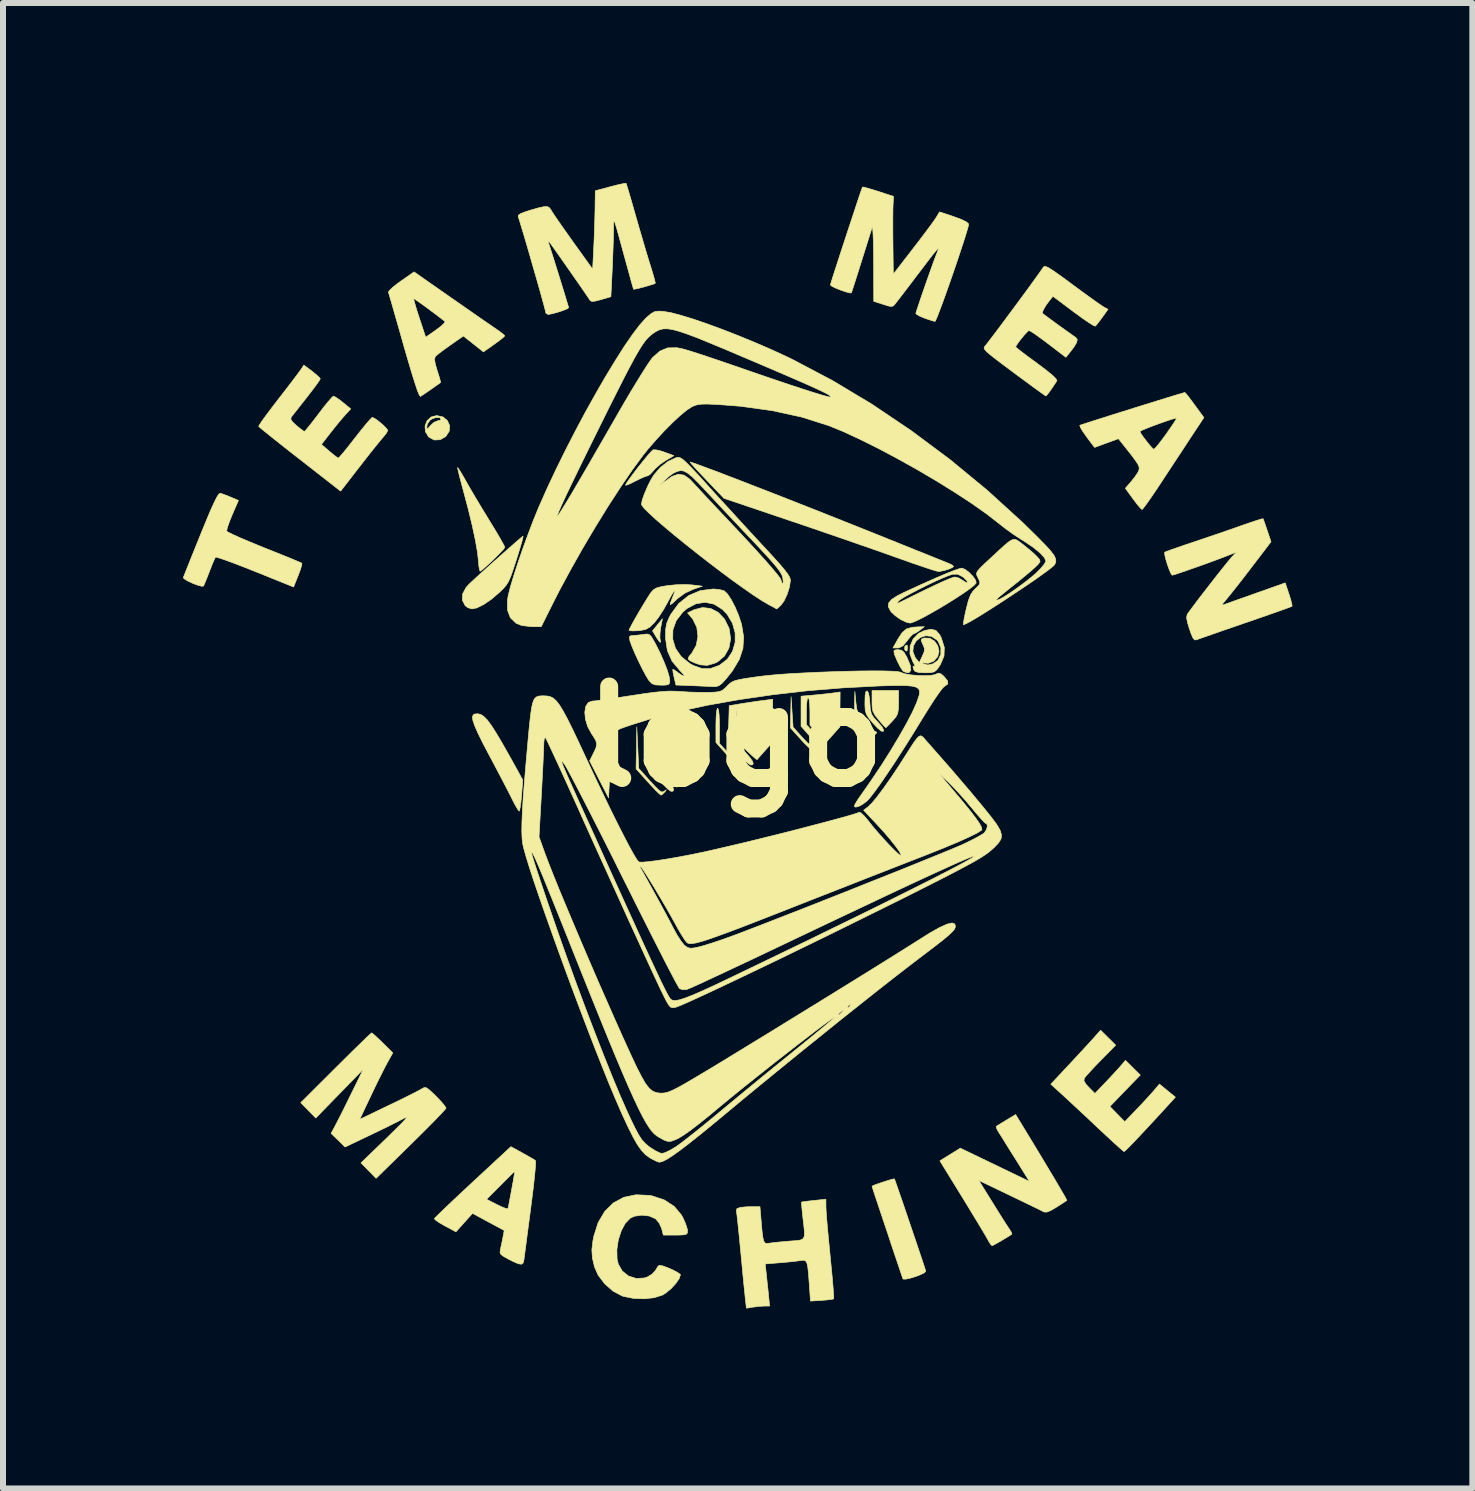
<source format=kicad_pcb>
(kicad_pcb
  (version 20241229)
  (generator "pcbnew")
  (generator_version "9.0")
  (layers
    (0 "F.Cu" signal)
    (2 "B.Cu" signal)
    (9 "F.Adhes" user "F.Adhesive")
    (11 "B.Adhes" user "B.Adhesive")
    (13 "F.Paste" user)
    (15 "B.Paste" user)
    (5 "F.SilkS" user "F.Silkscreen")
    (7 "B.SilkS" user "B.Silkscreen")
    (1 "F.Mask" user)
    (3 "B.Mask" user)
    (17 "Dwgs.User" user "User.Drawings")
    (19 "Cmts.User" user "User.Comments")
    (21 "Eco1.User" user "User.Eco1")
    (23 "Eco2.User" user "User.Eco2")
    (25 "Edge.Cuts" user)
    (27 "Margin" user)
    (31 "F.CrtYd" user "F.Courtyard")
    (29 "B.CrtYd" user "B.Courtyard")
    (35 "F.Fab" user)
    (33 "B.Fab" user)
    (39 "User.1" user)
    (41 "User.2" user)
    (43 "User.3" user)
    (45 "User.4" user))
  (footprint "logo"
    (layer "F.Cu")
    (at 9.209 9.229)
    (property "Reference" "logo" (at 0 0 0) (layer "F.SilkS") (effects (font (size 1.524 1.524) (thickness 0.3))))
    (attr through_hole)
    (fp_poly (pts (xy 2.868 -1.486) (xy 2.868 -1.484) (xy 2.861 -1.428) (xy 2.839 -1.429) (xy 2.822 -1.451) (xy 2.822 -1.497) (xy 2.835 -1.517) (xy 2.861 -1.528) (xy 2.868 -1.486)) (stroke (width 0.01) (type solid)) (fill yes) (layer "F.SilkS"))
    (fp_poly (pts (xy -1.245 -1.82) (xy -1.257 -1.724) (xy -1.259 -1.645) (xy -1.255 -1.621) (xy -1.246 -1.574) (xy -1.262 -1.577) (xy -1.299 -1.626) (xy -1.324 -1.666) (xy -1.382 -1.764) (xy -1.217 -1.965) (xy -1.245 -1.82)) (stroke (width 0.01) (type solid)) (fill yes) (layer "F.SilkS"))
    (fp_poly (pts (xy 0.944 -0.412) (xy 0.961 -0.159) (xy 1.114 0.013) (xy 1.203 0.105) (xy 1.268 0.155) (xy 1.302 0.162) (xy 1.328 0.159) (xy 1.325 0.179) (xy 1.305 0.213) (xy 1.272 0.215) (xy 1.22 0.179) (xy 1.142 0.102) (xy 1.087 0.042) (xy 0.917 -0.146) (xy 0.928 -0.665) (xy 0.944 -0.412)) (stroke (width 0.01) (type solid)) (fill yes) (layer "F.SilkS"))
    (fp_poly (pts (xy 2.769 -1.44) (xy 2.812 -1.404) (xy 2.856 -1.328) (xy 2.862 -1.315) (xy 2.914 -1.19) (xy 2.925 -1.107) (xy 2.895 -1.068) (xy 2.872 -1.064) (xy 2.809 -1.083) (xy 2.787 -1.101) (xy 2.743 -1.17) (xy 2.695 -1.266) (xy 2.655 -1.361) (xy 2.648 -1.382) (xy 2.641 -1.43) (xy 2.671 -1.447) (xy 2.712 -1.449) (xy 2.769 -1.44)) (stroke (width 0.01) (type solid)) (fill yes) (layer "F.SilkS"))
    (fp_poly (pts (xy 3.075 -1.774) (xy 3.015 -1.733) (xy 2.972 -1.715) (xy 2.972 -1.715) (xy 2.939 -1.691) (xy 2.889 -1.633) (xy 2.861 -1.596) (xy 2.794 -1.515) (xy 2.73 -1.481) (xy 2.703 -1.478) (xy 2.626 -1.478) (xy 2.713 -1.633) (xy 2.781 -1.736) (xy 2.853 -1.796) (xy 2.948 -1.823) (xy 3.046 -1.83) (xy 3.149 -1.832) (xy 3.075 -1.774)) (stroke (width 0.01) (type solid)) (fill yes) (layer "F.SilkS"))
    (fp_poly (pts (xy 2.72 -0.569) (xy 2.717 -0.459) (xy 2.705 -0.386) (xy 2.676 -0.329) (xy 2.623 -0.267) (xy 2.616 -0.259) (xy 2.556 -0.196) (xy 2.516 -0.156) (xy 2.506 -0.149) (xy 2.484 -0.17) (xy 2.436 -0.223) (xy 2.388 -0.28) (xy 2.325 -0.359) (xy 2.291 -0.425) (xy 2.279 -0.504) (xy 2.277 -0.589) (xy 2.277 -0.769) (xy 2.72 -0.769) (xy 2.72 -0.569)) (stroke (width 0.01) (type solid)) (fill yes) (layer "F.SilkS"))
    (fp_poly (pts (xy -1.628 0.183) (xy -1.612 0.53) (xy -1.424 0.739) (xy -1.334 0.836) (xy -1.274 0.895) (xy -1.233 0.921) (xy -1.204 0.92) (xy -1.187 0.91) (xy -1.155 0.887) (xy -1.163 0.904) (xy -1.179 0.924) (xy -1.22 0.965) (xy -1.241 0.976) (xy -1.268 0.955) (xy -1.325 0.9) (xy -1.402 0.818) (xy -1.459 0.756) (xy -1.656 0.537) (xy -1.65 0.187) (xy -1.644 -0.163) (xy -1.628 0.183)) (stroke (width 0.01) (type solid)) (fill yes) (layer "F.SilkS"))
    (fp_poly (pts (xy 2.008 -0.569) (xy 2.023 -0.459) (xy 2.049 -0.378) (xy 2.099 -0.301) (xy 2.153 -0.236) (xy 2.225 -0.16) (xy 2.287 -0.107) (xy 2.325 -0.089) (xy 2.354 -0.074) (xy 2.351 -0.059) (xy 2.328 -0.036) (xy 2.298 -0.039) (xy 2.252 -0.075) (xy 2.182 -0.149) (xy 2.133 -0.205) (xy 2.057 -0.294) (xy 2.012 -0.358) (xy 1.991 -0.417) (xy 1.985 -0.488) (xy 1.986 -0.567) (xy 1.991 -0.754) (xy 2.008 -0.569)) (stroke (width 0.01) (type solid)) (fill yes) (layer "F.SilkS"))
    (fp_poly (pts (xy -0.282 -0.445) (xy -0.272 -0.366) (xy -0.267 -0.246) (xy -0.266 -0.178) (xy -0.266 0.116) (xy -0.084 0.311) (xy 0.009 0.406) (xy 0.072 0.46) (xy 0.11 0.476) (xy 0.125 0.467) (xy 0.145 0.445) (xy 0.141 0.471) (xy 0.121 0.511) (xy 0.086 0.515) (xy 0.032 0.48) (xy -0.048 0.404) (xy -0.129 0.316) (xy -0.325 0.097) (xy -0.325 -0.188) (xy -0.322 -0.322) (xy -0.314 -0.418) (xy -0.302 -0.468) (xy -0.296 -0.473) (xy -0.282 -0.445)) (stroke (width 0.01) (type solid)) (fill yes) (layer "F.SilkS"))
    (fp_poly (pts (xy 2.196 -0.762) (xy 2.219 -0.725) (xy 2.235 -0.637) (xy 2.241 -0.559) (xy 2.249 -0.452) (xy 2.267 -0.379) (xy 2.305 -0.318) (xy 2.373 -0.244) (xy 2.373 -0.244) (xy 2.447 -0.159) (xy 2.472 -0.105) (xy 2.466 -0.089) (xy 2.43 -0.092) (xy 2.367 -0.145) (xy 2.297 -0.22) (xy 2.225 -0.306) (xy 2.184 -0.371) (xy 2.164 -0.435) (xy 2.159 -0.521) (xy 2.159 -0.577) (xy 2.162 -0.688) (xy 2.173 -0.747) (xy 2.193 -0.762) (xy 2.196 -0.762)) (stroke (width 0.01) (type solid)) (fill yes) (layer "F.SilkS"))
    (fp_poly (pts (xy -0.412 -2.136) (xy -0.287 -2.071) (xy -0.183 -1.961) (xy -0.109 -1.812) (xy -0.103 -1.792) (xy -0.08 -1.629) (xy -0.108 -1.476) (xy -0.181 -1.345) (xy -0.294 -1.248) (xy -0.344 -1.224) (xy -0.469 -1.188) (xy -0.587 -1.197) (xy -0.679 -1.229) (xy -0.758 -1.266) (xy -0.789 -1.294) (xy -0.776 -1.332) (xy -0.729 -1.389) (xy -0.653 -1.522) (xy -0.625 -1.672) (xy -0.644 -1.823) (xy -0.711 -1.959) (xy -0.725 -1.977) (xy -0.798 -2.063) (xy -0.691 -2.114) (xy -0.549 -2.152) (xy -0.412 -2.136)) (stroke (width 0.01) (type solid)) (fill yes) (layer "F.SilkS"))
    (fp_poly (pts (xy -1.322 -4.78) (xy -1.239 -4.761) (xy -1.177 -4.74) (xy -1.026 -4.683) (xy -1.164 -4.602) (xy -1.257 -4.538) (xy -1.338 -4.466) (xy -1.366 -4.434) (xy -1.417 -4.376) (xy -1.461 -4.347) (xy -1.466 -4.347) (xy -1.51 -4.334) (xy -1.587 -4.3) (xy -1.668 -4.26) (xy -1.753 -4.217) (xy -1.812 -4.193) (xy -1.833 -4.19) (xy -1.816 -4.225) (xy -1.769 -4.293) (xy -1.702 -4.384) (xy -1.624 -4.487) (xy -1.543 -4.588) (xy -1.469 -4.679) (xy -1.409 -4.746) (xy -1.375 -4.779) (xy -1.372 -4.781) (xy -1.322 -4.78)) (stroke (width 0.01) (type solid)) (fill yes) (layer "F.SilkS"))
    (fp_poly (pts (xy -0.699 -0.391) (xy -0.689 -0.353) (xy -0.684 -0.284) (xy -0.682 -0.175) (xy -0.681 -0.017) (xy -0.681 0.05) (xy -0.683 0.517) (xy -0.977 0.843) (xy -1.137 0.665) (xy -1.297 0.488) (xy -1.308 0.222) (xy -1.318 -0.044) (xy -1.331 0.521) (xy -1.225 0.623) (xy -1.111 0.74) (xy -1.046 0.828) (xy -1.029 0.887) (xy -1.043 0.91) (xy -1.073 0.912) (xy -1.124 0.877) (xy -1.201 0.801) (xy -1.264 0.732) (xy -1.449 0.524) (xy -1.449 -0.227) (xy -1.116 -0.308) (xy -0.979 -0.341) (xy -0.86 -0.371) (xy -0.772 -0.393) (xy -0.732 -0.403) (xy -0.712 -0.405) (xy -0.699 -0.391)) (stroke (width 0.01) (type solid)) (fill yes) (layer "F.SilkS"))
    (fp_poly (pts (xy -4.246 -0.37) (xy -4.196 -0.338) (xy -4.139 -0.281) (xy -4.073 -0.193) (xy -3.994 -0.07) (xy -3.897 0.092) (xy -3.78 0.299) (xy -3.683 0.472) (xy -3.545 0.723) (xy -3.565 0.982) (xy -3.576 1.098) (xy -3.589 1.187) (xy -3.6 1.236) (xy -3.605 1.242) (xy -3.626 1.217) (xy -3.665 1.152) (xy -3.713 1.06) (xy -3.722 1.042) (xy -3.767 0.952) (xy -3.834 0.822) (xy -3.916 0.665) (xy -4.007 0.492) (xy -4.099 0.319) (xy -4.211 0.107) (xy -4.293 -0.06) (xy -4.348 -0.186) (xy -4.378 -0.276) (xy -4.383 -0.335) (xy -4.367 -0.367) (xy -4.344 -0.377) (xy -4.295 -0.381) (xy -4.246 -0.37)) (stroke (width 0.01) (type solid)) (fill yes) (layer "F.SilkS"))
    (fp_poly (pts (xy -1.436 -1.701) (xy -1.4 -1.664) (xy -1.356 -1.59) (xy -1.334 -1.55) (xy -1.257 -1.398) (xy -1.19 -1.245) (xy -1.136 -1.107) (xy -1.103 -0.995) (xy -1.094 -0.934) (xy -1.099 -0.888) (xy -1.123 -0.866) (xy -1.181 -0.858) (xy -1.24 -0.858) (xy -1.333 -0.862) (xy -1.391 -0.883) (xy -1.437 -0.93) (xy -1.449 -0.946) (xy -1.495 -1.022) (xy -1.554 -1.133) (xy -1.618 -1.263) (xy -1.679 -1.395) (xy -1.728 -1.512) (xy -1.758 -1.596) (xy -1.76 -1.604) (xy -1.768 -1.662) (xy -1.744 -1.683) (xy -1.711 -1.686) (xy -1.633 -1.691) (xy -1.54 -1.703) (xy -1.534 -1.704) (xy -1.476 -1.711) (xy -1.436 -1.701)) (stroke (width 0.01) (type solid)) (fill yes) (layer "F.SilkS"))
    (fp_poly (pts (xy 0.621 0.09) (xy 0.496 0.23) (xy 0.43 0.304) (xy 0.381 0.36) (xy 0.362 0.383) (xy 0.339 0.37) (xy 0.285 0.324) (xy 0.21 0.254) (xy 0.193 0.237) (xy 0.032 0.078) (xy 0.022 -0.19) (xy 0.012 -0.458) (xy 0.006 -0.192) (xy 0.000266 0.074) (xy 0.162 0.256) (xy 0.243 0.35) (xy 0.286 0.412) (xy 0.297 0.45) (xy 0.286 0.469) (xy 0.257 0.474) (xy 0.213 0.448) (xy 0.146 0.385) (xy 0.063 0.296) (xy -0.12 0.091) (xy -0.112 -0.213) (xy -0.103 -0.516) (xy 0.103 -0.55) (xy 0.237 -0.571) (xy 0.374 -0.591) (xy 0.466 -0.603) (xy 0.621 -0.623) (xy 0.621 0.09)) (stroke (width 0.01) (type solid)) (fill yes) (layer "F.SilkS"))
    (fp_poly (pts (xy -4.875 -5.329) (xy -4.801 -5.268) (xy -4.764 -5.185) (xy -4.77 -5.093) (xy -4.826 -5.005) (xy -4.829 -5.002) (xy -4.922 -4.949) (xy -5.022 -4.945) (xy -5.111 -4.993) (xy -5.115 -4.997) (xy -5.168 -5.084) (xy -5.173 -5.166) (xy -5.145 -5.166) (xy -5.141 -5.132) (xy -5.122 -5.14) (xy -5.084 -5.185) (xy -5.025 -5.239) (xy -4.968 -5.263) (xy -4.965 -5.263) (xy -4.919 -5.276) (xy -4.908 -5.293) (xy -4.931 -5.318) (xy -4.986 -5.32) (xy -5.05 -5.3) (xy -5.091 -5.274) (xy -5.134 -5.212) (xy -5.145 -5.166) (xy -5.173 -5.166) (xy -5.174 -5.178) (xy -5.141 -5.265) (xy -5.073 -5.328) (xy -4.981 -5.352) (xy -4.875 -5.329)) (stroke (width 0.01) (type solid)) (fill yes) (layer "F.SilkS"))
    (fp_poly (pts (xy -3.544 -3.315) (xy -3.562 -3.242) (xy -3.594 -3.134) (xy -3.635 -2.999) (xy -3.652 -2.947) (xy -3.704 -2.788) (xy -3.744 -2.673) (xy -3.78 -2.59) (xy -3.819 -2.527) (xy -3.865 -2.472) (xy -3.926 -2.412) (xy -3.931 -2.407) (xy -4.065 -2.292) (xy -4.195 -2.203) (xy -4.31 -2.146) (xy -4.391 -2.129) (xy -4.461 -2.15) (xy -4.505 -2.183) (xy -4.552 -2.275) (xy -4.547 -2.38) (xy -4.489 -2.487) (xy -4.441 -2.54) (xy -4.356 -2.62) (xy -4.249 -2.718) (xy -4.128 -2.827) (xy -4.001 -2.941) (xy -3.875 -3.053) (xy -3.759 -3.155) (xy -3.661 -3.241) (xy -3.587 -3.305) (xy -3.546 -3.338) (xy -3.54 -3.341) (xy -3.544 -3.315)) (stroke (width 0.01) (type solid)) (fill yes) (layer "F.SilkS"))
    (fp_poly (pts (xy 1.743 -0.454) (xy 1.742 -0.163) (xy 1.623 -0.03) (xy 1.505 0.103) (xy 1.373 -0.044) (xy 1.242 -0.191) (xy 1.242 -0.421) (xy 1.238 -0.535) (xy 1.229 -0.616) (xy 1.214 -0.65) (xy 1.212 -0.651) (xy 1.197 -0.623) (xy 1.187 -0.548) (xy 1.183 -0.438) (xy 1.183 -0.426) (xy 1.183 -0.2) (xy 1.331 -0.039) (xy 1.417 0.065) (xy 1.457 0.136) (xy 1.449 0.172) (xy 1.424 0.177) (xy 1.396 0.157) (xy 1.34 0.102) (xy 1.268 0.024) (xy 1.248 0.002) (xy 1.094 -0.173) (xy 1.094 -0.674) (xy 1.308 -0.693) (xy 1.434 -0.705) (xy 1.552 -0.718) (xy 1.634 -0.728) (xy 1.745 -0.744) (xy 1.743 -0.454)) (stroke (width 0.01) (type solid)) (fill yes) (layer "F.SilkS"))
    (fp_poly (pts (xy -4.615 -4.465) (xy -4.576 -4.404) (xy -4.522 -4.312) (xy -4.487 -4.25) (xy -4.422 -4.136) (xy -4.335 -3.988) (xy -4.236 -3.823) (xy -4.135 -3.657) (xy -4.098 -3.596) (xy -4.012 -3.456) (xy -3.939 -3.333) (xy -3.884 -3.236) (xy -3.851 -3.174) (xy -3.844 -3.156) (xy -3.864 -3.127) (xy -3.916 -3.07) (xy -3.989 -2.996) (xy -4.071 -2.916) (xy -4.15 -2.843) (xy -4.215 -2.786) (xy -4.254 -2.758) (xy -4.255 -2.757) (xy -4.266 -2.78) (xy -4.277 -2.845) (xy -4.282 -2.905) (xy -4.299 -3.068) (xy -4.336 -3.279) (xy -4.39 -3.531) (xy -4.46 -3.817) (xy -4.522 -4.05) (xy -4.562 -4.2) (xy -4.596 -4.327) (xy -4.619 -4.423) (xy -4.631 -4.478) (xy -4.631 -4.486) (xy -4.615 -4.465)) (stroke (width 0.01) (type solid)) (fill yes) (layer "F.SilkS"))
    (fp_poly (pts (xy 2.65 7.372) (xy 2.661 7.4) (xy 2.688 7.476) (xy 2.727 7.59) (xy 2.777 7.734) (xy 2.833 7.898) (xy 2.893 8.075) (xy 2.954 8.255) (xy 3.013 8.429) (xy 3.067 8.589) (xy 3.113 8.726) (xy 3.148 8.831) (xy 3.168 8.895) (xy 3.173 8.91) (xy 3.152 8.935) (xy 3.091 8.966) (xy 3.007 8.999) (xy 2.919 9.026) (xy 2.843 9.043) (xy 2.798 9.043) (xy 2.792 9.038) (xy 2.777 8.994) (xy 2.747 8.905) (xy 2.705 8.781) (xy 2.654 8.63) (xy 2.597 8.46) (xy 2.538 8.281) (xy 2.478 8.102) (xy 2.42 7.93) (xy 2.369 7.776) (xy 2.326 7.647) (xy 2.295 7.553) (xy 2.279 7.502) (xy 2.277 7.495) (xy 2.302 7.481) (xy 2.366 7.457) (xy 2.451 7.428) (xy 2.538 7.4) (xy 2.61 7.379) (xy 2.648 7.371) (xy 2.65 7.372)) (stroke (width 0.01) (type solid)) (fill yes) (layer "F.SilkS"))
    (fp_poly (pts (xy -0.723 -2.529) (xy -0.551 -2.508) (xy -0.707 -2.455) (xy -0.841 -2.392) (xy -0.964 -2.303) (xy -0.978 -2.289) (xy -1.05 -2.222) (xy -1.084 -2.199) (xy -1.086 -2.222) (xy -1.059 -2.293) (xy -1.048 -2.321) (xy -1.016 -2.403) (xy -1.01 -2.436) (xy -1.026 -2.422) (xy -1.064 -2.362) (xy -1.12 -2.259) (xy -1.134 -2.232) (xy -1.203 -2.11) (xy -1.279 -1.993) (xy -1.349 -1.903) (xy -1.355 -1.896) (xy -1.43 -1.824) (xy -1.498 -1.786) (xy -1.588 -1.769) (xy -1.619 -1.766) (xy -1.705 -1.762) (xy -1.762 -1.766) (xy -1.774 -1.772) (xy -1.76 -1.806) (xy -1.722 -1.878) (xy -1.667 -1.976) (xy -1.603 -2.087) (xy -1.536 -2.199) (xy -1.474 -2.3) (xy -1.425 -2.377) (xy -1.403 -2.408) (xy -1.363 -2.451) (xy -1.309 -2.481) (xy -1.227 -2.502) (xy -1.119 -2.519) (xy -0.98 -2.532) (xy -0.835 -2.536) (xy -0.723 -2.529)) (stroke (width 0.01) (type solid)) (fill yes) (layer "F.SilkS"))
    (fp_poly (pts (xy -0.725 -4.569) (xy -0.646 -4.542) (xy -0.522 -4.496) (xy -0.357 -4.435) (xy -0.158 -4.359) (xy 0.071 -4.271) (xy 0.325 -4.172) (xy 0.599 -4.066) (xy 0.888 -3.953) (xy 1.187 -3.835) (xy 1.491 -3.715) (xy 1.795 -3.594) (xy 2.094 -3.475) (xy 2.262 -3.408) (xy 2.518 -3.305) (xy 2.759 -3.208) (xy 2.979 -3.119) (xy 3.172 -3.042) (xy 3.333 -2.977) (xy 3.455 -2.928) (xy 3.532 -2.897) (xy 3.556 -2.888) (xy 3.613 -2.86) (xy 3.637 -2.838) (xy 3.612 -2.816) (xy 3.55 -2.79) (xy 3.474 -2.767) (xy 3.405 -2.754) (xy 3.384 -2.753) (xy 3.34 -2.763) (xy 3.249 -2.791) (xy 3.122 -2.834) (xy 2.965 -2.887) (xy 2.789 -2.95) (xy 2.72 -2.974) (xy 2.551 -3.034) (xy 2.337 -3.11) (xy 2.088 -3.196) (xy 1.815 -3.291) (xy 1.53 -3.389) (xy 1.242 -3.488) (xy 0.962 -3.583) (xy 0.961 -3.583) (xy -0.192 -3.973) (xy -0.477 -4.271) (xy -0.579 -4.379) (xy -0.664 -4.47) (xy -0.725 -4.538) (xy -0.753 -4.573) (xy -0.755 -4.577) (xy -0.725 -4.569)) (stroke (width 0.01) (type solid)) (fill yes) (layer "F.SilkS"))
    (fp_poly (pts (xy 6.213 5.018) (xy 6.339 5.143) (xy 6.091 5.395) (xy 5.991 5.498) (xy 5.906 5.59) (xy 5.844 5.659) (xy 5.815 5.696) (xy 5.81 5.739) (xy 5.845 5.796) (xy 5.891 5.846) (xy 5.993 5.948) (xy 6.172 5.761) (xy 6.264 5.663) (xy 6.35 5.57) (xy 6.415 5.498) (xy 6.426 5.485) (xy 6.502 5.396) (xy 6.749 5.641) (xy 6.495 5.903) (xy 6.242 6.165) (xy 6.366 6.292) (xy 6.49 6.419) (xy 6.683 6.218) (xy 6.782 6.114) (xy 6.877 6.011) (xy 6.953 5.927) (xy 6.972 5.905) (xy 7.068 5.792) (xy 7.334 6.01) (xy 7.209 6.147) (xy 7.038 6.334) (xy 6.881 6.503) (xy 6.745 6.649) (xy 6.632 6.768) (xy 6.547 6.855) (xy 6.494 6.906) (xy 6.478 6.917) (xy 6.452 6.898) (xy 6.39 6.843) (xy 6.299 6.76) (xy 6.185 6.655) (xy 6.055 6.534) (xy 6.031 6.511) (xy 5.886 6.374) (xy 5.742 6.24) (xy 5.611 6.118) (xy 5.502 6.017) (xy 5.429 5.95) (xy 5.257 5.794) (xy 5.578 5.451) (xy 5.696 5.324) (xy 5.808 5.203) (xy 5.903 5.1) (xy 5.972 5.024) (xy 5.993 5) (xy 6.087 4.894) (xy 6.213 5.018)) (stroke (width 0.01) (type solid)) (fill yes) (layer "F.SilkS"))
    (fp_poly (pts (xy -8.589 -4.057) (xy -8.535 -4.04) (xy -8.453 -4.009) (xy -8.414 -3.992) (xy -8.284 -3.937) (xy -8.388 -3.698) (xy -8.433 -3.587) (xy -8.465 -3.495) (xy -8.48 -3.436) (xy -8.48 -3.425) (xy -8.45 -3.405) (xy -8.374 -3.368) (xy -8.258 -3.315) (xy -8.111 -3.253) (xy -7.941 -3.183) (xy -7.855 -3.148) (xy -7.677 -3.077) (xy -7.518 -3.013) (xy -7.386 -2.959) (xy -7.289 -2.918) (xy -7.235 -2.894) (xy -7.227 -2.89) (xy -7.23 -2.857) (xy -7.251 -2.786) (xy -7.287 -2.69) (xy -7.289 -2.685) (xy -7.365 -2.494) (xy -8.007 -2.753) (xy -8.189 -2.825) (xy -8.353 -2.888) (xy -8.49 -2.939) (xy -8.593 -2.974) (xy -8.654 -2.991) (xy -8.667 -2.992) (xy -8.685 -2.956) (xy -8.718 -2.88) (xy -8.758 -2.778) (xy -8.769 -2.75) (xy -8.81 -2.644) (xy -8.844 -2.56) (xy -8.866 -2.513) (xy -8.869 -2.508) (xy -8.903 -2.508) (xy -8.974 -2.528) (xy -9.048 -2.556) (xy -9.133 -2.596) (xy -9.189 -2.631) (xy -9.204 -2.65) (xy -9.191 -2.683) (xy -9.159 -2.764) (xy -9.111 -2.884) (xy -9.05 -3.036) (xy -8.979 -3.212) (xy -8.915 -3.371) (xy -8.822 -3.598) (xy -8.748 -3.774) (xy -8.689 -3.904) (xy -8.645 -3.991) (xy -8.613 -4.041) (xy -8.591 -4.057) (xy -8.589 -4.057)) (stroke (width 0.01) (type solid)) (fill yes) (layer "F.SilkS"))
    (fp_poly (pts (xy 4.711 6.365) (xy 4.904 6.682) (xy 5.073 6.961) (xy 5.216 7.199) (xy 5.334 7.396) (xy 5.424 7.55) (xy 5.487 7.657) (xy 5.519 7.718) (xy 5.524 7.731) (xy 5.496 7.75) (xy 5.432 7.792) (xy 5.351 7.844) (xy 5.254 7.901) (xy 5.189 7.926) (xy 5.144 7.924) (xy 5.132 7.918) (xy 5.09 7.896) (xy 5.003 7.853) (xy 4.881 7.794) (xy 4.734 7.723) (xy 4.572 7.645) (xy 4.568 7.643) (xy 4.057 7.398) (xy 4.28 7.757) (xy 4.365 7.894) (xy 4.444 8.02) (xy 4.509 8.122) (xy 4.553 8.189) (xy 4.561 8.2) (xy 4.597 8.258) (xy 4.609 8.291) (xy 4.609 8.292) (xy 4.572 8.318) (xy 4.505 8.359) (xy 4.425 8.407) (xy 4.349 8.45) (xy 4.294 8.48) (xy 4.278 8.486) (xy 4.254 8.463) (xy 4.217 8.405) (xy 4.21 8.39) (xy 4.181 8.338) (xy 4.125 8.244) (xy 4.049 8.117) (xy 3.956 7.964) (xy 3.853 7.794) (xy 3.784 7.682) (xy 3.408 7.071) (xy 3.579 6.965) (xy 3.749 6.86) (xy 4.901 7.415) (xy 4.659 7.026) (xy 4.571 6.887) (xy 4.493 6.761) (xy 4.429 6.658) (xy 4.386 6.59) (xy 4.375 6.573) (xy 4.349 6.521) (xy 4.348 6.497) (xy 4.379 6.477) (xy 4.445 6.436) (xy 4.516 6.393) (xy 4.671 6.299) (xy 4.711 6.365)) (stroke (width 0.01) (type solid)) (fill yes) (layer "F.SilkS"))
    (fp_poly (pts (xy -3.549 6.941) (xy -3.453 6.995) (xy -3.376 7.039) (xy -3.335 7.065) (xy -3.333 7.067) (xy -3.33 7.1) (xy -3.335 7.185) (xy -3.347 7.312) (xy -3.364 7.474) (xy -3.387 7.663) (xy -3.413 7.868) (xy -3.441 8.08) (xy -3.467 8.275) (xy -3.489 8.446) (xy -3.507 8.583) (xy -3.52 8.677) (xy -3.525 8.721) (xy -3.538 8.773) (xy -3.567 8.795) (xy -3.622 8.786) (xy -3.713 8.746) (xy -3.765 8.72) (xy -3.858 8.669) (xy -3.908 8.633) (xy -3.924 8.598) (xy -3.919 8.555) (xy -3.919 8.553) (xy -3.901 8.473) (xy -3.88 8.373) (xy -3.877 8.354) (xy -3.854 8.232) (xy -4.382 7.947) (xy -4.521 8.101) (xy -4.659 8.255) (xy -4.843 8.156) (xy -4.932 8.105) (xy -4.995 8.062) (xy -5.019 8.036) (xy -5.019 8.035) (xy -4.996 8.01) (xy -4.935 7.95) (xy -4.842 7.86) (xy -4.722 7.746) (xy -4.686 7.712) (xy -4.148 7.712) (xy -3.974 7.801) (xy -3.885 7.843) (xy -3.82 7.868) (xy -3.792 7.87) (xy -3.784 7.834) (xy -3.768 7.754) (xy -3.747 7.641) (xy -3.73 7.548) (xy -3.707 7.423) (xy -3.69 7.323) (xy -3.68 7.26) (xy -3.679 7.244) (xy -3.7 7.264) (xy -3.754 7.317) (xy -3.833 7.396) (xy -3.915 7.478) (xy -4.148 7.712) (xy -4.686 7.712) (xy -4.58 7.612) (xy -4.422 7.465) (xy -4.377 7.423) (xy -3.743 6.835) (xy -3.549 6.941)) (stroke (width 0.01) (type solid)) (fill yes) (layer "F.SilkS"))
    (fp_poly (pts (xy 3.342 -1.77) (xy 3.405 -1.699) (xy 3.432 -1.646) (xy 3.482 -1.487) (xy 3.477 -1.343) (xy 3.417 -1.202) (xy 3.409 -1.189) (xy 3.36 -1.118) (xy 3.317 -1.081) (xy 3.259 -1.067) (xy 3.163 -1.064) (xy 3.16 -1.064) (xy 3.055 -1.069) (xy 2.997 -1.086) (xy 2.975 -1.111) (xy 2.958 -1.166) (xy 2.971 -1.176) (xy 2.987 -1.167) (xy 2.993 -1.177) (xy 2.972 -1.223) (xy 2.958 -1.247) (xy 2.909 -1.378) (xy 2.91 -1.418) (xy 2.958 -1.418) (xy 2.996 -1.32) (xy 3.011 -1.3) (xy 3.065 -1.234) (xy 3.116 -1.342) (xy 3.147 -1.418) (xy 3.15 -1.473) (xy 3.125 -1.536) (xy 3.124 -1.538) (xy 3.097 -1.599) (xy 3.103 -1.627) (xy 3.149 -1.644) (xy 3.152 -1.644) (xy 3.241 -1.64) (xy 3.318 -1.592) (xy 3.373 -1.515) (xy 3.394 -1.422) (xy 3.372 -1.333) (xy 3.305 -1.258) (xy 3.216 -1.223) (xy 3.155 -1.227) (xy 3.114 -1.236) (xy 3.123 -1.222) (xy 3.134 -1.214) (xy 3.207 -1.194) (xy 3.294 -1.214) (xy 3.371 -1.268) (xy 3.378 -1.276) (xy 3.424 -1.372) (xy 3.425 -1.482) (xy 3.382 -1.584) (xy 3.357 -1.613) (xy 3.266 -1.672) (xy 3.172 -1.682) (xy 3.083 -1.653) (xy 3.012 -1.593) (xy 2.967 -1.511) (xy 2.958 -1.418) (xy 2.91 -1.418) (xy 2.912 -1.51) (xy 2.963 -1.629) (xy 3.056 -1.723) (xy 3.147 -1.767) (xy 3.26 -1.791) (xy 3.342 -1.77)) (stroke (width 0.01) (type solid)) (fill yes) (layer "F.SilkS"))
    (fp_poly (pts (xy -1.435 7.647) (xy -1.384 7.657) (xy -1.183 7.724) (xy -1.019 7.832) (xy -0.898 7.977) (xy -0.874 8.021) (xy -0.832 8.117) (xy -0.804 8.202) (xy -0.798 8.241) (xy -0.802 8.277) (xy -0.823 8.297) (xy -0.873 8.306) (xy -0.966 8.309) (xy -1 8.309) (xy -1.202 8.309) (xy -1.229 8.201) (xy -1.269 8.112) (xy -1.328 8.04) (xy -1.334 8.036) (xy -1.436 7.991) (xy -1.562 7.977) (xy -1.685 7.995) (xy -1.752 8.026) (xy -1.835 8.111) (xy -1.903 8.237) (xy -1.952 8.389) (xy -1.976 8.55) (xy -1.973 8.704) (xy -1.953 8.792) (xy -1.886 8.909) (xy -1.782 8.991) (xy -1.654 9.032) (xy -1.519 9.024) (xy -1.467 9.007) (xy -1.387 8.958) (xy -1.331 8.897) (xy -1.326 8.887) (xy -1.293 8.832) (xy -1.268 8.812) (xy -1.211 8.823) (xy -1.131 8.852) (xy -1.044 8.89) (xy -0.969 8.929) (xy -0.923 8.961) (xy -0.917 8.972) (xy -0.939 9.037) (xy -0.997 9.12) (xy -1.076 9.205) (xy -1.164 9.277) (xy -1.219 9.31) (xy -1.356 9.353) (xy -1.524 9.371) (xy -1.701 9.364) (xy -1.864 9.331) (xy -1.889 9.323) (xy -2.039 9.244) (xy -2.177 9.123) (xy -2.287 8.979) (xy -2.348 8.843) (xy -2.384 8.691) (xy -2.393 8.554) (xy -2.375 8.402) (xy -2.362 8.333) (xy -2.289 8.102) (xy -2.178 7.914) (xy -2.035 7.773) (xy -1.86 7.679) (xy -1.659 7.637) (xy -1.435 7.647)) (stroke (width 0.01) (type solid)) (fill yes) (layer "F.SilkS"))
    (fp_poly (pts (xy 3.828 -2.788) (xy 3.894 -2.738) (xy 3.958 -2.672) (xy 4.003 -2.608) (xy 4.014 -2.562) (xy 3.982 -2.525) (xy 3.908 -2.466) (xy 3.8 -2.39) (xy 3.669 -2.304) (xy 3.524 -2.213) (xy 3.375 -2.124) (xy 3.231 -2.042) (xy 3.101 -1.972) (xy 2.996 -1.921) (xy 2.926 -1.895) (xy 2.909 -1.893) (xy 2.85 -1.907) (xy 2.769 -1.945) (xy 2.743 -1.96) (xy 2.661 -2.018) (xy 2.596 -2.08) (xy 2.585 -2.094) (xy 2.549 -2.164) (xy 2.554 -2.226) (xy 2.554 -2.227) (xy 2.697 -2.227) (xy 2.706 -2.222) (xy 2.741 -2.239) (xy 2.82 -2.277) (xy 2.932 -2.333) (xy 3.069 -2.4) (xy 3.167 -2.448) (xy 3.317 -2.52) (xy 3.452 -2.582) (xy 3.561 -2.629) (xy 3.635 -2.656) (xy 3.658 -2.661) (xy 3.723 -2.644) (xy 3.795 -2.601) (xy 3.796 -2.6) (xy 3.847 -2.567) (xy 3.873 -2.565) (xy 3.874 -2.568) (xy 3.852 -2.605) (xy 3.801 -2.655) (xy 3.793 -2.661) (xy 3.708 -2.707) (xy 3.623 -2.707) (xy 3.556 -2.686) (xy 3.453 -2.644) (xy 3.325 -2.587) (xy 3.185 -2.52) (xy 3.045 -2.45) (xy 2.917 -2.383) (xy 2.811 -2.324) (xy 2.741 -2.28) (xy 2.72 -2.262) (xy 2.697 -2.227) (xy 2.554 -2.227) (xy 2.603 -2.286) (xy 2.701 -2.349) (xy 2.815 -2.406) (xy 3.09 -2.532) (xy 3.323 -2.636) (xy 3.51 -2.716) (xy 3.651 -2.772) (xy 3.742 -2.803) (xy 3.774 -2.809) (xy 3.828 -2.788)) (stroke (width 0.01) (type solid)) (fill yes) (layer "F.SilkS"))
    (fp_poly (pts (xy -6.037 4.957) (xy -5.98 5.009) (xy -5.903 5.082) (xy -5.88 5.105) (xy -5.711 5.272) (xy -5.796 5.423) (xy -5.84 5.505) (xy -5.901 5.626) (xy -5.974 5.772) (xy -6.049 5.928) (xy -6.072 5.977) (xy -6.263 6.38) (xy -5.772 6.144) (xy -5.612 6.067) (xy -5.466 5.995) (xy -5.346 5.935) (xy -5.261 5.89) (xy -5.221 5.867) (xy -5.188 5.85) (xy -5.155 5.852) (xy -5.11 5.882) (xy -5.042 5.944) (xy -4.991 5.994) (xy -4.912 6.076) (xy -4.853 6.145) (xy -4.825 6.188) (xy -4.824 6.194) (xy -4.846 6.222) (xy -4.904 6.285) (xy -4.994 6.379) (xy -5.11 6.497) (xy -5.246 6.633) (xy -5.398 6.783) (xy -5.409 6.794) (xy -5.99 7.363) (xy -6.116 7.234) (xy -6.242 7.106) (xy -5.819 6.697) (xy -5.678 6.559) (xy -5.576 6.458) (xy -5.513 6.391) (xy -5.485 6.354) (xy -5.489 6.345) (xy -5.524 6.361) (xy -5.529 6.364) (xy -5.603 6.403) (xy -5.718 6.461) (xy -5.859 6.531) (xy -6.014 6.606) (xy -6.085 6.64) (xy -6.507 6.841) (xy -6.623 6.727) (xy -6.74 6.614) (xy -6.667 6.478) (xy -6.628 6.402) (xy -6.569 6.287) (xy -6.499 6.146) (xy -6.424 5.994) (xy -6.399 5.943) (xy -6.203 5.544) (xy -6.599 5.951) (xy -6.995 6.358) (xy -7.121 6.23) (xy -7.246 6.102) (xy -6.662 5.52) (xy -6.51 5.369) (xy -6.372 5.232) (xy -6.252 5.116) (xy -6.158 5.024) (xy -6.093 4.963) (xy -6.064 4.938) (xy -6.064 4.938) (xy -6.037 4.957)) (stroke (width 0.01) (type solid)) (fill yes) (layer "F.SilkS"))
    (fp_poly (pts (xy -0.365 -2.461) (xy -0.273 -2.453) (xy -0.197 -2.434) (xy -0.186 -2.429) (xy -0.132 -2.378) (xy -0.07 -2.284) (xy -0.006 -2.161) (xy 0.053 -2.022) (xy 0.099 -1.882) (xy 0.104 -1.863) (xy 0.137 -1.659) (xy 0.125 -1.47) (xy 0.064 -1.286) (xy -0.049 -1.097) (xy -0.151 -0.968) (xy -0.223 -0.889) (xy -0.277 -0.848) (xy -0.331 -0.834) (xy -0.379 -0.834) (xy -0.461 -0.838) (xy -0.578 -0.843) (xy -0.71 -0.849) (xy -0.74 -0.85) (xy -0.992 -0.86) (xy -1.023 -0.992) (xy -1.039 -1.07) (xy -1.044 -1.117) (xy -1.042 -1.124) (xy -1.012 -1.107) (xy -0.958 -1.068) (xy -0.954 -1.064) (xy -0.883 -1.016) (xy -0.853 -1.008) (xy -0.867 -1.039) (xy -0.925 -1.101) (xy -1.056 -1.257) (xy -1.134 -1.432) (xy -1.163 -1.624) (xy -1.045 -1.624) (xy -0.999 -1.472) (xy -0.904 -1.334) (xy -0.762 -1.219) (xy -0.702 -1.186) (xy -0.557 -1.134) (xy -0.422 -1.133) (xy -0.28 -1.184) (xy -0.263 -1.192) (xy -0.135 -1.29) (xy -0.049 -1.42) (xy -0.005 -1.57) (xy -0.005 -1.73) (xy -0.049 -1.889) (xy -0.137 -2.037) (xy -0.216 -2.12) (xy -0.356 -2.208) (xy -0.505 -2.239) (xy -0.658 -2.215) (xy -0.807 -2.136) (xy -0.878 -2.075) (xy -0.987 -1.934) (xy -1.042 -1.781) (xy -1.045 -1.624) (xy -1.163 -1.624) (xy -1.165 -1.636) (xy -1.165 -1.671) (xy -1.162 -1.796) (xy -1.145 -1.889) (xy -1.108 -1.979) (xy -1.075 -2.041) (xy -0.944 -2.22) (xy -0.78 -2.351) (xy -0.588 -2.433) (xy -0.374 -2.461) (xy -0.365 -2.461)) (stroke (width 0.01) (type solid)) (fill yes) (layer "F.SilkS"))
    (fp_poly (pts (xy -4.754 -7.325) (xy -4.578 -7.203) (xy -4.409 -7.085) (xy -4.257 -6.979) (xy -4.129 -6.891) (xy -4.036 -6.827) (xy -3.998 -6.801) (xy -3.919 -6.745) (xy -3.863 -6.701) (xy -3.845 -6.681) (xy -3.867 -6.657) (xy -3.926 -6.61) (xy -4.009 -6.548) (xy -4.022 -6.539) (xy -4.201 -6.413) (xy -4.368 -6.546) (xy -4.535 -6.678) (xy -4.753 -6.526) (xy -4.855 -6.453) (xy -4.939 -6.39) (xy -4.993 -6.346) (xy -5.003 -6.335) (xy -5.015 -6.293) (xy -5.004 -6.215) (xy -4.971 -6.102) (xy -4.94 -6.004) (xy -4.92 -5.933) (xy -4.915 -5.901) (xy -4.915 -5.901) (xy -4.942 -5.883) (xy -5.003 -5.84) (xy -5.071 -5.792) (xy -5.155 -5.734) (xy -5.222 -5.689) (xy -5.251 -5.67) (xy -5.269 -5.692) (xy -5.301 -5.769) (xy -5.345 -5.902) (xy -5.403 -6.087) (xy -5.473 -6.324) (xy -5.528 -6.514) (xy -5.589 -6.731) (xy -5.646 -6.93) (xy -5.696 -7.104) (xy -5.736 -7.245) (xy -5.753 -7.304) (xy -5.362 -7.304) (xy -5.359 -7.277) (xy -5.34 -7.206) (xy -5.309 -7.101) (xy -5.27 -6.981) (xy -5.163 -6.658) (xy -4.99 -6.779) (xy -4.909 -6.84) (xy -4.856 -6.89) (xy -4.84 -6.918) (xy -4.841 -6.92) (xy -4.887 -6.956) (xy -4.962 -7.014) (xy -5.054 -7.083) (xy -5.151 -7.155) (xy -5.242 -7.221) (xy -5.315 -7.272) (xy -5.357 -7.301) (xy -5.362 -7.304) (xy -5.753 -7.304) (xy -5.766 -7.347) (xy -5.782 -7.402) (xy -5.784 -7.409) (xy -5.767 -7.438) (xy -5.711 -7.491) (xy -5.626 -7.558) (xy -5.577 -7.593) (xy -5.357 -7.747) (xy -4.754 -7.325)) (stroke (width 0.01) (type solid)) (fill yes) (layer "F.SilkS"))
    (fp_poly (pts (xy 7.514 -5.714) (xy 7.561 -5.655) (xy 7.625 -5.569) (xy 7.656 -5.527) (xy 7.809 -5.318) (xy 7.639 -5.061) (xy 7.568 -4.954) (xy 7.474 -4.81) (xy 7.364 -4.643) (xy 7.247 -4.465) (xy 7.135 -4.295) (xy 7.034 -4.142) (xy 6.943 -4.007) (xy 6.867 -3.898) (xy 6.811 -3.823) (xy 6.782 -3.787) (xy 6.779 -3.786) (xy 6.752 -3.808) (xy 6.701 -3.867) (xy 6.637 -3.951) (xy 6.628 -3.963) (xy 6.5 -4.14) (xy 6.593 -4.247) (xy 6.657 -4.327) (xy 6.707 -4.401) (xy 6.719 -4.423) (xy 6.73 -4.458) (xy 6.729 -4.494) (xy 6.709 -4.541) (xy 6.666 -4.606) (xy 6.596 -4.7) (xy 6.493 -4.83) (xy 6.484 -4.841) (xy 6.385 -4.966) (xy 6.186 -4.894) (xy 5.988 -4.821) (xy 5.936 -4.887) (xy 5.856 -4.994) (xy 5.792 -5.086) (xy 5.791 -5.087) (xy 6.743 -5.087) (xy 6.76 -5.051) (xy 6.803 -4.989) (xy 6.859 -4.916) (xy 6.914 -4.848) (xy 6.958 -4.801) (xy 6.975 -4.79) (xy 7.001 -4.813) (xy 7.053 -4.874) (xy 7.122 -4.964) (xy 7.182 -5.046) (xy 7.255 -5.151) (xy 7.313 -5.237) (xy 7.348 -5.294) (xy 7.355 -5.31) (xy 7.325 -5.305) (xy 7.254 -5.284) (xy 7.156 -5.251) (xy 7.044 -5.211) (xy 6.933 -5.17) (xy 6.837 -5.132) (xy 6.769 -5.103) (xy 6.743 -5.088) (xy 6.743 -5.087) (xy 5.791 -5.087) (xy 5.751 -5.154) (xy 5.74 -5.188) (xy 5.741 -5.189) (xy 5.77 -5.2) (xy 5.848 -5.225) (xy 5.965 -5.263) (xy 6.114 -5.31) (xy 6.286 -5.365) (xy 6.472 -5.423) (xy 6.665 -5.484) (xy 6.856 -5.543) (xy 7.036 -5.599) (xy 7.197 -5.649) (xy 7.331 -5.69) (xy 7.43 -5.719) (xy 7.485 -5.735) (xy 7.493 -5.736) (xy 7.514 -5.714)) (stroke (width 0.01) (type solid)) (fill yes) (layer "F.SilkS"))
    (fp_poly (pts (xy 1.509 7.84) (xy 1.512 7.906) (xy 1.52 8.021) (xy 1.533 8.174) (xy 1.55 8.355) (xy 1.569 8.554) (xy 1.58 8.664) (xy 1.599 8.86) (xy 1.616 9.036) (xy 1.628 9.183) (xy 1.636 9.293) (xy 1.639 9.358) (xy 1.637 9.372) (xy 1.603 9.381) (xy 1.527 9.39) (xy 1.437 9.397) (xy 1.251 9.409) (xy 1.23 9.109) (xy 1.218 8.95) (xy 1.206 8.841) (xy 1.191 8.774) (xy 1.169 8.739) (xy 1.136 8.728) (xy 1.089 8.733) (xy 1.083 8.734) (xy 1.01 8.744) (xy 0.899 8.756) (xy 0.772 8.768) (xy 0.743 8.77) (xy 0.496 8.79) (xy 0.513 8.941) (xy 0.525 9.055) (xy 0.54 9.193) (xy 0.55 9.292) (xy 0.57 9.492) (xy 0.485 9.492) (xy 0.394 9.497) (xy 0.294 9.51) (xy 0.291 9.51) (xy 0.183 9.528) (xy 0.165 9.37) (xy 0.157 9.292) (xy 0.144 9.167) (xy 0.128 9.007) (xy 0.111 8.822) (xy 0.092 8.625) (xy 0.087 8.575) (xy 0.069 8.386) (xy 0.052 8.216) (xy 0.037 8.075) (xy 0.025 7.97) (xy 0.017 7.913) (xy 0.016 7.905) (xy 0.024 7.869) (xy 0.081 7.847) (xy 0.19 7.837) (xy 0.251 7.836) (xy 0.409 7.836) (xy 0.428 8.065) (xy 0.442 8.225) (xy 0.455 8.334) (xy 0.47 8.403) (xy 0.49 8.438) (xy 0.517 8.449) (xy 0.556 8.445) (xy 0.557 8.445) (xy 0.622 8.436) (xy 0.727 8.425) (xy 0.853 8.414) (xy 0.894 8.41) (xy 1.007 8.402) (xy 1.083 8.392) (xy 1.128 8.37) (xy 1.149 8.326) (xy 1.15 8.25) (xy 1.138 8.132) (xy 1.124 8.015) (xy 1.112 7.901) (xy 1.104 7.813) (xy 1.101 7.764) (xy 1.102 7.759) (xy 1.133 7.753) (xy 1.206 7.743) (xy 1.307 7.732) (xy 1.308 7.732) (xy 1.508 7.711) (xy 1.509 7.84)) (stroke (width 0.01) (type solid)) (fill yes) (layer "F.SilkS"))
    (fp_poly (pts (xy -7.057 -6.091) (xy -6.984 -6.031) (xy -6.934 -5.985) (xy -6.92 -5.965) (xy -6.937 -5.934) (xy -6.984 -5.867) (xy -7.054 -5.773) (xy -7.14 -5.662) (xy -7.146 -5.654) (xy -7.236 -5.54) (xy -7.314 -5.44) (xy -7.373 -5.366) (xy -7.404 -5.327) (xy -7.404 -5.326) (xy -7.412 -5.292) (xy -7.382 -5.246) (xy -7.318 -5.186) (xy -7.249 -5.13) (xy -7.199 -5.094) (xy -7.185 -5.086) (xy -7.162 -5.108) (xy -7.112 -5.169) (xy -7.041 -5.259) (xy -6.956 -5.37) (xy -6.948 -5.38) (xy -6.862 -5.493) (xy -6.787 -5.585) (xy -6.731 -5.649) (xy -6.701 -5.676) (xy -6.7 -5.676) (xy -6.665 -5.659) (xy -6.6 -5.615) (xy -6.543 -5.57) (xy -6.412 -5.463) (xy -6.498 -5.37) (xy -6.557 -5.303) (xy -6.637 -5.207) (xy -6.722 -5.1) (xy -6.742 -5.075) (xy -6.901 -4.871) (xy -6.77 -4.758) (xy -6.696 -4.697) (xy -6.641 -4.655) (xy -6.62 -4.643) (xy -6.596 -4.665) (xy -6.543 -4.726) (xy -6.468 -4.817) (xy -6.379 -4.931) (xy -6.339 -4.982) (xy -6.244 -5.103) (xy -6.161 -5.205) (xy -6.097 -5.279) (xy -6.059 -5.318) (xy -6.053 -5.322) (xy -6.013 -5.304) (xy -5.951 -5.26) (xy -5.882 -5.202) (xy -5.825 -5.147) (xy -5.796 -5.109) (xy -5.796 -5.105) (xy -5.814 -5.064) (xy -5.86 -5.006) (xy -5.866 -4.999) (xy -5.907 -4.951) (xy -5.977 -4.865) (xy -6.068 -4.752) (xy -6.172 -4.619) (xy -6.259 -4.508) (xy -6.581 -4.092) (xy -7.26 -4.622) (xy -7.433 -4.757) (xy -7.591 -4.882) (xy -7.727 -4.99) (xy -7.835 -5.077) (xy -7.91 -5.138) (xy -7.945 -5.17) (xy -7.947 -5.172) (xy -7.932 -5.201) (xy -7.887 -5.268) (xy -7.815 -5.367) (xy -7.724 -5.488) (xy -7.622 -5.621) (xy -7.512 -5.763) (xy -7.412 -5.893) (xy -7.329 -6.003) (xy -7.269 -6.083) (xy -7.241 -6.122) (xy -7.194 -6.193) (xy -7.057 -6.091)) (stroke (width 0.01) (type solid)) (fill yes) (layer "F.SilkS"))
    (fp_poly (pts (xy 8.795 -3.632) (xy 8.808 -3.601) (xy 8.833 -3.53) (xy 8.865 -3.435) (xy 8.928 -3.248) (xy 8.585 -2.799) (xy 8.472 -2.652) (xy 8.366 -2.516) (xy 8.274 -2.4) (xy 8.204 -2.313) (xy 8.164 -2.265) (xy 8.119 -2.212) (xy 8.114 -2.193) (xy 8.145 -2.2) (xy 8.146 -2.201) (xy 8.193 -2.218) (xy 8.285 -2.251) (xy 8.411 -2.296) (xy 8.562 -2.349) (xy 8.685 -2.393) (xy 9.165 -2.563) (xy 9.228 -2.374) (xy 9.258 -2.277) (xy 9.276 -2.205) (xy 9.279 -2.173) (xy 9.279 -2.173) (xy 9.25 -2.161) (xy 9.171 -2.132) (xy 9.051 -2.089) (xy 8.897 -2.035) (xy 8.716 -1.972) (xy 8.516 -1.903) (xy 8.5 -1.898) (xy 8.296 -1.827) (xy 8.109 -1.763) (xy 7.947 -1.706) (xy 7.817 -1.661) (xy 7.727 -1.629) (xy 7.684 -1.614) (xy 7.684 -1.613) (xy 7.654 -1.613) (xy 7.627 -1.644) (xy 7.595 -1.718) (xy 7.569 -1.792) (xy 7.534 -1.907) (xy 7.521 -1.981) (xy 7.529 -2.031) (xy 7.536 -2.045) (xy 7.571 -2.094) (xy 7.635 -2.18) (xy 7.72 -2.293) (xy 7.82 -2.422) (xy 7.926 -2.559) (xy 8.03 -2.692) (xy 8.126 -2.813) (xy 8.206 -2.912) (xy 8.261 -2.979) (xy 8.275 -2.995) (xy 8.352 -3.077) (xy 8.205 -3.018) (xy 8.106 -2.98) (xy 7.981 -2.933) (xy 7.839 -2.881) (xy 7.693 -2.829) (xy 7.553 -2.78) (xy 7.432 -2.738) (xy 7.339 -2.707) (xy 7.287 -2.692) (xy 7.281 -2.691) (xy 7.26 -2.717) (xy 7.232 -2.782) (xy 7.201 -2.868) (xy 7.174 -2.957) (xy 7.157 -3.031) (xy 7.155 -3.072) (xy 7.156 -3.074) (xy 7.188 -3.088) (xy 7.266 -3.116) (xy 7.381 -3.156) (xy 7.522 -3.205) (xy 7.629 -3.24) (xy 7.82 -3.305) (xy 8.027 -3.375) (xy 8.226 -3.444) (xy 8.398 -3.504) (xy 8.437 -3.518) (xy 8.57 -3.564) (xy 8.681 -3.601) (xy 8.759 -3.625) (xy 8.794 -3.633) (xy 8.795 -3.632)) (stroke (width 0.01) (type solid)) (fill yes) (layer "F.SilkS"))
    (fp_poly (pts (xy 5.174 -7.836) (xy 5.218 -7.817) (xy 5.285 -7.775) (xy 5.383 -7.707) (xy 5.518 -7.609) (xy 5.619 -7.534) (xy 5.766 -7.426) (xy 5.901 -7.328) (xy 6.014 -7.247) (xy 6.098 -7.189) (xy 6.143 -7.159) (xy 6.144 -7.159) (xy 6.211 -7.123) (xy 6.115 -6.989) (xy 6.058 -6.913) (xy 6.014 -6.858) (xy 5.997 -6.842) (xy 5.967 -6.854) (xy 5.899 -6.896) (xy 5.802 -6.962) (xy 5.685 -7.047) (xy 5.634 -7.084) (xy 5.293 -7.34) (xy 5.236 -7.27) (xy 5.179 -7.193) (xy 5.136 -7.121) (xy 5.116 -7.07) (xy 5.118 -7.056) (xy 5.157 -7.026) (xy 5.231 -6.971) (xy 5.326 -6.901) (xy 5.43 -6.826) (xy 5.529 -6.755) (xy 5.611 -6.697) (xy 5.662 -6.661) (xy 5.671 -6.656) (xy 5.698 -6.623) (xy 5.688 -6.569) (xy 5.638 -6.487) (xy 5.576 -6.407) (xy 5.509 -6.323) (xy 5.216 -6.547) (xy 5.102 -6.632) (xy 5.004 -6.703) (xy 4.931 -6.751) (xy 4.895 -6.77) (xy 4.894 -6.77) (xy 4.865 -6.748) (xy 4.815 -6.694) (xy 4.758 -6.625) (xy 4.707 -6.558) (xy 4.676 -6.508) (xy 4.672 -6.495) (xy 4.695 -6.474) (xy 4.757 -6.425) (xy 4.85 -6.354) (xy 4.967 -6.268) (xy 5.026 -6.225) (xy 5.176 -6.112) (xy 5.283 -6.025) (xy 5.345 -5.964) (xy 5.359 -5.932) (xy 5.285 -5.82) (xy 5.225 -5.735) (xy 5.186 -5.687) (xy 5.175 -5.679) (xy 5.148 -5.696) (xy 5.08 -5.744) (xy 4.98 -5.816) (xy 4.853 -5.91) (xy 4.706 -6.018) (xy 4.636 -6.07) (xy 4.466 -6.197) (xy 4.338 -6.294) (xy 4.248 -6.365) (xy 4.189 -6.416) (xy 4.156 -6.452) (xy 4.145 -6.478) (xy 4.151 -6.498) (xy 4.167 -6.518) (xy 4.169 -6.52) (xy 4.2 -6.558) (xy 4.259 -6.636) (xy 4.342 -6.745) (xy 4.442 -6.878) (xy 4.552 -7.027) (xy 4.668 -7.183) (xy 4.783 -7.339) (xy 4.891 -7.486) (xy 4.986 -7.617) (xy 5.062 -7.723) (xy 5.113 -7.796) (xy 5.131 -7.823) (xy 5.147 -7.837) (xy 5.174 -7.836)) (stroke (width 0.01) (type solid)) (fill yes) (layer "F.SilkS"))
    (fp_poly (pts (xy -0.914 -4.645) (xy -0.873 -4.618) (xy -0.818 -4.568) (xy -0.742 -4.491) (xy -0.64 -4.383) (xy -0.507 -4.237) (xy -0.439 -4.161) (xy -0.27 -3.974) (xy -0.078 -3.765) (xy 0.12 -3.548) (xy 0.309 -3.343) (xy 0.468 -3.171) (xy 0.621 -3.006) (xy 0.737 -2.877) (xy 0.82 -2.779) (xy 0.874 -2.707) (xy 0.905 -2.654) (xy 0.916 -2.615) (xy 0.917 -2.607) (xy 0.901 -2.495) (xy 0.862 -2.371) (xy 0.809 -2.259) (xy 0.758 -2.191) (xy 0.69 -2.128) (xy 0.548 -2.204) (xy 0.439 -2.268) (xy 0.301 -2.358) (xy 0.139 -2.471) (xy -0.042 -2.6) (xy -0.234 -2.743) (xy -0.433 -2.894) (xy -0.632 -3.049) (xy -0.826 -3.203) (xy -1.01 -3.352) (xy -1.176 -3.491) (xy -1.321 -3.616) (xy -1.437 -3.722) (xy -1.52 -3.804) (xy -1.562 -3.859) (xy -1.567 -3.873) (xy -1.554 -3.943) (xy -1.518 -4.045) (xy -1.468 -4.162) (xy -1.458 -4.184) (xy -1.257 -4.184) (xy -1.183 -4.247) (xy -1.059 -4.337) (xy -0.954 -4.374) (xy -0.858 -4.359) (xy -0.763 -4.293) (xy -0.723 -4.251) (xy -0.675 -4.199) (xy -0.593 -4.11) (xy -0.482 -3.99) (xy -0.347 -3.847) (xy -0.195 -3.685) (xy -0.032 -3.512) (xy 0.063 -3.411) (xy 0.231 -3.231) (xy 0.383 -3.065) (xy 0.516 -2.917) (xy 0.624 -2.792) (xy 0.703 -2.697) (xy 0.748 -2.636) (xy 0.756 -2.62) (xy 0.777 -2.556) (xy 0.792 -2.548) (xy 0.796 -2.59) (xy 0.789 -2.648) (xy 0.776 -2.691) (xy 0.747 -2.744) (xy 0.696 -2.814) (xy 0.62 -2.905) (xy 0.513 -3.024) (xy 0.371 -3.177) (xy 0.305 -3.247) (xy 0.145 -3.416) (xy -0.025 -3.597) (xy -0.193 -3.775) (xy -0.346 -3.939) (xy -0.472 -4.074) (xy -0.485 -4.088) (xy -0.617 -4.228) (xy -0.718 -4.329) (xy -0.797 -4.393) (xy -0.86 -4.427) (xy -0.917 -4.434) (xy -0.975 -4.419) (xy -1.029 -4.394) (xy -1.104 -4.342) (xy -1.179 -4.273) (xy -1.183 -4.268) (xy -1.257 -4.184) (xy -1.458 -4.184) (xy -1.412 -4.275) (xy -1.361 -4.36) (xy -1.251 -4.488) (xy -1.121 -4.589) (xy -0.99 -4.649) (xy -0.974 -4.653) (xy -0.946 -4.655) (xy -0.914 -4.645)) (stroke (width 0.01) (type solid)) (fill yes) (layer "F.SilkS"))
    (fp_poly (pts (xy 2.147 -9.158) (xy 2.219 -9.138) (xy 2.321 -9.107) (xy 2.38 -9.089) (xy 2.635 -9.005) (xy 2.627 -8.842) (xy 2.625 -8.755) (xy 2.624 -8.624) (xy 2.624 -8.463) (xy 2.625 -8.287) (xy 2.626 -8.194) (xy 2.632 -7.709) (xy 2.961 -8.135) (xy 3.071 -8.278) (xy 3.172 -8.412) (xy 3.257 -8.526) (xy 3.318 -8.611) (xy 3.347 -8.654) (xy 3.403 -8.747) (xy 3.646 -8.666) (xy 3.772 -8.619) (xy 3.855 -8.577) (xy 3.888 -8.545) (xy 3.888 -8.543) (xy 3.879 -8.498) (xy 3.853 -8.408) (xy 3.814 -8.283) (xy 3.764 -8.13) (xy 3.707 -7.958) (xy 3.645 -7.775) (xy 3.581 -7.591) (xy 3.518 -7.413) (xy 3.46 -7.251) (xy 3.408 -7.112) (xy 3.367 -7.005) (xy 3.338 -6.939) (xy 3.327 -6.921) (xy 3.284 -6.932) (xy 3.206 -6.957) (xy 3.149 -6.977) (xy 3.068 -7.011) (xy 3.017 -7.042) (xy 3.007 -7.056) (xy 3.022 -7.104) (xy 3.052 -7.196) (xy 3.093 -7.318) (xy 3.142 -7.46) (xy 3.194 -7.609) (xy 3.245 -7.753) (xy 3.29 -7.879) (xy 3.325 -7.975) (xy 3.34 -8.013) (xy 3.364 -8.075) (xy 3.38 -8.117) (xy 3.382 -8.136) (xy 3.369 -8.128) (xy 3.335 -8.09) (xy 3.277 -8.018) (xy 3.192 -7.907) (xy 3.076 -7.754) (xy 3.028 -7.692) (xy 2.922 -7.551) (xy 2.825 -7.424) (xy 2.744 -7.318) (xy 2.687 -7.244) (xy 2.661 -7.211) (xy 2.632 -7.18) (xy 2.599 -7.17) (xy 2.544 -7.18) (xy 2.462 -7.206) (xy 2.306 -7.256) (xy 2.304 -7.908) (xy 2.302 -8.099) (xy 2.299 -8.26) (xy 2.294 -8.382) (xy 2.288 -8.462) (xy 2.281 -8.491) (xy 2.278 -8.486) (xy 2.262 -8.435) (xy 2.231 -8.337) (xy 2.19 -8.205) (xy 2.141 -8.049) (xy 2.097 -7.91) (xy 2.046 -7.747) (xy 2.001 -7.606) (xy 1.965 -7.494) (xy 1.941 -7.421) (xy 1.933 -7.397) (xy 1.902 -7.397) (xy 1.836 -7.415) (xy 1.752 -7.444) (xy 1.67 -7.477) (xy 1.607 -7.508) (xy 1.583 -7.528) (xy 1.583 -7.528) (xy 1.592 -7.56) (xy 1.616 -7.64) (xy 1.654 -7.758) (xy 1.702 -7.906) (xy 1.757 -8.076) (xy 1.817 -8.259) (xy 1.878 -8.445) (xy 1.938 -8.627) (xy 1.994 -8.796) (xy 2.042 -8.942) (xy 2.081 -9.058) (xy 2.108 -9.134) (xy 2.118 -9.162) (xy 2.147 -9.158)) (stroke (width 0.01) (type solid)) (fill yes) (layer "F.SilkS"))
    (fp_poly (pts (xy -1.822 -9.223) (xy -1.812 -9.192) (xy -1.788 -9.113) (xy -1.753 -8.995) (xy -1.71 -8.847) (xy -1.662 -8.678) (xy -1.658 -8.664) (xy -1.602 -8.469) (xy -1.544 -8.272) (xy -1.49 -8.088) (xy -1.443 -7.933) (xy -1.414 -7.841) (xy -1.378 -7.723) (xy -1.351 -7.628) (xy -1.337 -7.569) (xy -1.336 -7.556) (xy -1.369 -7.542) (xy -1.438 -7.521) (xy -1.524 -7.496) (xy -1.609 -7.474) (xy -1.673 -7.46) (xy -1.698 -7.457) (xy -1.707 -7.487) (xy -1.73 -7.565) (xy -1.762 -7.682) (xy -1.802 -7.828) (xy -1.845 -7.984) (xy -1.904 -8.2) (xy -1.949 -8.364) (xy -1.982 -8.481) (xy -2.005 -8.554) (xy -2.019 -8.589) (xy -2.027 -8.591) (xy -2.031 -8.563) (xy -2.031 -8.512) (xy -2.031 -8.457) (xy -2.033 -8.358) (xy -2.037 -8.216) (xy -2.043 -8.048) (xy -2.05 -7.869) (xy -2.053 -7.799) (xy -2.076 -7.333) (xy -2.24 -7.285) (xy -2.336 -7.26) (xy -2.391 -7.254) (xy -2.42 -7.268) (xy -2.427 -7.278) (xy -2.45 -7.314) (xy -2.501 -7.388) (xy -2.572 -7.492) (xy -2.658 -7.615) (xy -2.751 -7.749) (xy -2.845 -7.883) (xy -2.933 -8.009) (xy -3.009 -8.116) (xy -3.065 -8.195) (xy -3.084 -8.221) (xy -3.118 -8.264) (xy -3.124 -8.258) (xy -3.117 -8.235) (xy -3.095 -8.169) (xy -3.062 -8.065) (xy -3.02 -7.933) (xy -2.974 -7.785) (xy -2.926 -7.631) (xy -2.88 -7.482) (xy -2.839 -7.349) (xy -2.807 -7.242) (xy -2.786 -7.172) (xy -2.78 -7.15) (xy -2.805 -7.131) (xy -2.869 -7.105) (xy -2.953 -7.077) (xy -3.039 -7.053) (xy -3.107 -7.039) (xy -3.125 -7.037) (xy -3.16 -7.061) (xy -3.164 -7.078) (xy -3.172 -7.115) (xy -3.194 -7.198) (xy -3.228 -7.321) (xy -3.27 -7.473) (xy -3.319 -7.645) (xy -3.372 -7.828) (xy -3.425 -8.014) (xy -3.477 -8.193) (xy -3.525 -8.356) (xy -3.567 -8.494) (xy -3.598 -8.598) (xy -3.618 -8.659) (xy -3.621 -8.665) (xy -3.618 -8.692) (xy -3.58 -8.719) (xy -3.499 -8.75) (xy -3.417 -8.776) (xy -3.283 -8.814) (xy -3.193 -8.834) (xy -3.137 -8.835) (xy -3.102 -8.818) (xy -3.076 -8.783) (xy -3.072 -8.775) (xy -3.044 -8.73) (xy -2.988 -8.647) (xy -2.909 -8.533) (xy -2.814 -8.398) (xy -2.709 -8.25) (xy -2.38 -7.792) (xy -2.362 -8.146) (xy -2.354 -8.325) (xy -2.347 -8.521) (xy -2.342 -8.704) (xy -2.34 -8.8) (xy -2.336 -9.099) (xy -2.084 -9.167) (xy -1.971 -9.196) (xy -1.882 -9.215) (xy -1.83 -9.224) (xy -1.822 -9.223)) (stroke (width 0.01) (type solid)) (fill yes) (layer "F.SilkS"))
    (fp_poly (pts (xy 2.46 -1.095) (xy 2.603 -1.091) (xy 2.704 -1.084) (xy 2.754 -1.074) (xy 2.756 -1.072) (xy 2.814 -1.049) (xy 2.912 -1.031) (xy 3.031 -1.02) (xy 3.153 -1.016) (xy 3.258 -1.02) (xy 3.328 -1.034) (xy 3.336 -1.039) (xy 3.384 -1.059) (xy 3.428 -1.045) (xy 3.473 -1.007) (xy 3.535 -0.932) (xy 3.541 -0.878) (xy 3.492 -0.844) (xy 3.491 -0.843) (xy 3.456 -0.812) (xy 3.397 -0.735) (xy 3.316 -0.618) (xy 3.22 -0.468) (xy 3.117 -0.302) (xy 2.968 -0.059) (xy 2.82 0.176) (xy 2.678 0.398) (xy 2.544 0.599) (xy 2.425 0.774) (xy 2.323 0.915) (xy 2.244 1.018) (xy 2.198 1.069) (xy 2.127 1.124) (xy 2.057 1.162) (xy 2.004 1.176) (xy 1.981 1.16) (xy 1.981 1.158) (xy 1.997 1.121) (xy 2.039 1.052) (xy 2.085 0.986) (xy 2.261 0.734) (xy 2.43 0.482) (xy 2.587 0.234) (xy 2.728 -0.001) (xy 2.85 -0.216) (xy 2.949 -0.406) (xy 3.02 -0.564) (xy 3.061 -0.683) (xy 3.065 -0.702) (xy 3.069 -0.755) (xy 3.055 -0.795) (xy 3.017 -0.823) (xy 2.949 -0.841) (xy 2.844 -0.851) (xy 2.695 -0.853) (xy 2.497 -0.848) (xy 2.381 -0.844) (xy 1.792 -0.813) (xy 1.205 -0.765) (xy 0.628 -0.699) (xy 0.07 -0.618) (xy -0.462 -0.524) (xy -0.958 -0.416) (xy -1.411 -0.298) (xy -1.736 -0.196) (xy -1.845 -0.159) (xy -1.927 -0.129) (xy -1.984 -0.097) (xy -2.023 -0.053) (xy -2.048 0.01) (xy -2.062 0.103) (xy -2.072 0.235) (xy -2.081 0.413) (xy -2.085 0.478) (xy -2.115 1.02) (xy -2.273 0.712) (xy -2.43 0.404) (xy -2.368 0.28) (xy -2.326 0.19) (xy -2.312 0.125) (xy -2.328 0.064) (xy -2.375 -0.015) (xy -2.4 -0.051) (xy -2.464 -0.17) (xy -2.501 -0.293) (xy -2.511 -0.408) (xy -2.495 -0.504) (xy -2.452 -0.569) (xy -2.387 -0.592) (xy -2.338 -0.596) (xy -2.241 -0.609) (xy -2.106 -0.628) (xy -1.943 -0.652) (xy -1.763 -0.68) (xy -1.745 -0.682) (xy -1.524 -0.716) (xy -1.351 -0.739) (xy -1.213 -0.753) (xy -1.098 -0.759) (xy -0.996 -0.757) (xy -0.931 -0.753) (xy -0.776 -0.743) (xy -0.604 -0.738) (xy -0.465 -0.737) (xy -0.347 -0.741) (xy -0.271 -0.75) (xy -0.218 -0.771) (xy -0.171 -0.81) (xy -0.14 -0.841) (xy -0.101 -0.88) (xy -0.063 -0.909) (xy -0.014 -0.931) (xy 0.055 -0.949) (xy 0.155 -0.968) (xy 0.298 -0.989) (xy 0.404 -1.004) (xy 0.544 -1.02) (xy 0.719 -1.036) (xy 0.922 -1.05) (xy 1.145 -1.062) (xy 1.38 -1.073) (xy 1.619 -1.082) (xy 1.854 -1.089) (xy 2.078 -1.094) (xy 2.283 -1.096) (xy 2.46 -1.095)) (stroke (width 0.01) (type solid)) (fill yes) (layer "F.SilkS"))
    (fp_poly (pts (xy -1.202 -7.088) (xy -1.079 -7.068) (xy -0.911 -7.024) (xy -0.706 -6.961) (xy -0.472 -6.881) (xy -0.217 -6.787) (xy 0.05 -6.683) (xy 0.322 -6.571) (xy 0.591 -6.455) (xy 0.848 -6.337) (xy 0.961 -6.282) (xy 1.617 -5.936) (xy 2.277 -5.54) (xy 2.933 -5.098) (xy 3.576 -4.619) (xy 4.196 -4.108) (xy 4.785 -3.572) (xy 5.033 -3.329) (xy 5.162 -3.197) (xy 5.253 -3.098) (xy 5.31 -3.023) (xy 5.337 -2.966) (xy 5.341 -2.919) (xy 5.325 -2.873) (xy 5.323 -2.869) (xy 5.29 -2.835) (xy 5.216 -2.777) (xy 5.108 -2.698) (xy 4.975 -2.604) (xy 4.822 -2.5) (xy 4.658 -2.39) (xy 4.49 -2.279) (xy 4.325 -2.172) (xy 4.171 -2.074) (xy 4.034 -1.989) (xy 3.922 -1.923) (xy 3.843 -1.881) (xy 3.803 -1.866) (xy 3.801 -1.867) (xy 3.802 -1.899) (xy 3.814 -1.974) (xy 3.836 -2.08) (xy 3.848 -2.129) (xy 3.883 -2.267) (xy 3.919 -2.361) (xy 3.961 -2.426) (xy 3.993 -2.46) (xy 4.053 -2.517) (xy 4.075 -2.558) (xy 4.065 -2.604) (xy 4.039 -2.657) (xy 4.022 -2.693) (xy 4.019 -2.724) (xy 4.036 -2.76) (xy 4.079 -2.81) (xy 4.154 -2.883) (xy 4.251 -2.973) (xy 4.388 -3.1) (xy 4.489 -3.192) (xy 4.562 -3.252) (xy 4.616 -3.283) (xy 4.658 -3.289) (xy 4.698 -3.274) (xy 4.744 -3.241) (xy 4.799 -3.198) (xy 4.893 -3.122) (xy 4.978 -3.049) (xy 5.025 -3.003) (xy 5.071 -2.951) (xy 5.078 -2.916) (xy 5.049 -2.875) (xy 5.039 -2.865) (xy 4.995 -2.822) (xy 4.915 -2.752) (xy 4.811 -2.665) (xy 4.694 -2.569) (xy 4.687 -2.564) (xy 4.551 -2.455) (xy 4.456 -2.378) (xy 4.394 -2.327) (xy 4.361 -2.297) (xy 4.349 -2.282) (xy 4.353 -2.277) (xy 4.367 -2.277) (xy 4.368 -2.277) (xy 4.413 -2.294) (xy 4.493 -2.34) (xy 4.597 -2.408) (xy 4.713 -2.489) (xy 4.83 -2.576) (xy 4.937 -2.661) (xy 5.012 -2.725) (xy 5.091 -2.805) (xy 5.149 -2.876) (xy 5.174 -2.924) (xy 5.175 -2.928) (xy 5.149 -2.985) (xy 5.078 -3.062) (xy 4.967 -3.153) (xy 4.823 -3.251) (xy 4.755 -3.293) (xy 4.632 -3.373) (xy 4.497 -3.471) (xy 4.391 -3.554) (xy 4.188 -3.712) (xy 3.94 -3.887) (xy 3.657 -4.072) (xy 3.349 -4.263) (xy 3.026 -4.453) (xy 2.698 -4.636) (xy 2.376 -4.807) (xy 2.068 -4.96) (xy 1.786 -5.09) (xy 1.552 -5.185) (xy 1.103 -5.327) (xy 0.612 -5.434) (xy 0.085 -5.507) (xy -0.184 -5.528) (xy -0.353 -5.539) (xy -0.475 -5.544) (xy -0.561 -5.542) (xy -0.625 -5.535) (xy -0.677 -5.52) (xy -0.728 -5.497) (xy -0.81 -5.444) (xy -0.921 -5.353) (xy -1.05 -5.233) (xy -1.189 -5.093) (xy -1.329 -4.941) (xy -1.462 -4.787) (xy -1.542 -4.687) (xy -1.721 -4.443) (xy -1.917 -4.156) (xy -2.124 -3.837) (xy -2.335 -3.495) (xy -2.544 -3.143) (xy -2.743 -2.79) (xy -2.928 -2.448) (xy -3.041 -2.226) (xy -3.237 -1.833) (xy -3.4 -1.833) (xy -3.562 -1.852) (xy -3.658 -1.891) (xy -3.751 -1.981) (xy -3.799 -2.107) (xy -3.801 -2.269) (xy -3.786 -2.358) (xy -3.749 -2.503) (xy -3.693 -2.689) (xy -3.623 -2.904) (xy -3.543 -3.136) (xy -3.457 -3.371) (xy -3.371 -3.598) (xy -3.343 -3.667) (xy -2.972 -3.667) (xy -2.971 -3.667) (xy -2.953 -3.691) (xy -2.91 -3.757) (xy -2.848 -3.857) (xy -2.772 -3.982) (xy -2.726 -4.058) (xy -2.653 -4.183) (xy -2.556 -4.349) (xy -2.441 -4.546) (xy -2.315 -4.765) (xy -2.182 -4.995) (xy -2.049 -5.226) (xy -1.994 -5.322) (xy -1.871 -5.536) (xy -1.752 -5.738) (xy -1.641 -5.921) (xy -1.543 -6.079) (xy -1.463 -6.204) (xy -1.404 -6.289) (xy -1.38 -6.32) (xy -1.258 -6.427) (xy -1.13 -6.48) (xy -0.981 -6.483) (xy -0.905 -6.47) (xy -0.837 -6.452) (xy -0.722 -6.417) (xy -0.569 -6.368) (xy -0.389 -6.308) (xy -0.19 -6.24) (xy -0.000485 -6.175) (xy 0.323 -6.063) (xy 0.618 -5.962) (xy 0.881 -5.873) (xy 1.109 -5.798) (xy 1.297 -5.738) (xy 1.441 -5.694) (xy 1.539 -5.667) (xy 1.586 -5.659) (xy 1.589 -5.66) (xy 1.589 -5.671) (xy 1.568 -5.689) (xy 1.525 -5.715) (xy 1.454 -5.751) (xy 1.352 -5.799) (xy 1.215 -5.861) (xy 1.04 -5.938) (xy 0.823 -6.032) (xy 0.56 -6.145) (xy 0.248 -6.278) (xy 0.118 -6.333) (xy -0.18 -6.46) (xy -0.429 -6.563) (xy -0.634 -6.647) (xy -0.802 -6.71) (xy -0.937 -6.756) (xy -1.045 -6.785) (xy -1.131 -6.798) (xy -1.201 -6.797) (xy -1.259 -6.784) (xy -1.313 -6.76) (xy -1.366 -6.726) (xy -1.383 -6.714) (xy -1.425 -6.68) (xy -1.467 -6.639) (xy -1.511 -6.586) (xy -1.56 -6.516) (xy -1.616 -6.426) (xy -1.683 -6.309) (xy -1.762 -6.162) (xy -1.856 -5.981) (xy -1.968 -5.76) (xy -2.101 -5.496) (xy -2.256 -5.183) (xy -2.272 -5.15) (xy -2.448 -4.794) (xy -2.597 -4.49) (xy -2.72 -4.235) (xy -2.819 -4.029) (xy -2.892 -3.871) (xy -2.942 -3.758) (xy -2.968 -3.691) (xy -2.972 -3.667) (xy -3.343 -3.667) (xy -3.287 -3.803) (xy -3.277 -3.827) (xy -3.144 -4.128) (xy -2.996 -4.443) (xy -2.838 -4.764) (xy -2.673 -5.086) (xy -2.504 -5.403) (xy -2.334 -5.708) (xy -2.168 -5.996) (xy -2.007 -6.261) (xy -1.857 -6.498) (xy -1.719 -6.699) (xy -1.598 -6.859) (xy -1.497 -6.972) (xy -1.479 -6.989) (xy -1.403 -7.053) (xy -1.344 -7.085) (xy -1.278 -7.093) (xy -1.202 -7.088)) (stroke (width 0.01) (type solid)) (fill yes) (layer "F.SilkS"))
    (fp_poly (pts (xy -3.136 -0.677) (xy -3.085 -0.666) (xy -3.036 -0.641) (xy -2.987 -0.597) (xy -2.934 -0.529) (xy -2.875 -0.433) (xy -2.804 -0.303) (xy -2.72 -0.134) (xy -2.619 0.078) (xy -2.498 0.338) (xy -2.485 0.366) (xy -2.342 0.672) (xy -2.205 0.959) (xy -2.077 1.224) (xy -1.959 1.462) (xy -1.854 1.668) (xy -1.765 1.838) (xy -1.693 1.968) (xy -1.64 2.053) (xy -1.61 2.089) (xy -1.609 2.09) (xy -1.556 2.093) (xy -1.455 2.085) (xy -1.313 2.067) (xy -1.139 2.04) (xy -0.943 2.006) (xy -0.733 1.966) (xy -0.517 1.921) (xy -0.507 1.919) (xy -0.309 1.874) (xy -0.086 1.822) (xy 0.156 1.765) (xy 0.409 1.703) (xy 0.667 1.639) (xy 0.923 1.575) (xy 1.169 1.511) (xy 1.399 1.451) (xy 1.606 1.396) (xy 1.783 1.348) (xy 1.923 1.308) (xy 2.02 1.278) (xy 2.065 1.26) (xy 2.095 1.273) (xy 2.148 1.323) (xy 2.21 1.397) (xy 2.287 1.494) (xy 2.378 1.601) (xy 2.476 1.711) (xy 2.571 1.813) (xy 2.655 1.898) (xy 2.718 1.957) (xy 2.753 1.981) (xy 2.755 1.981) (xy 2.758 1.961) (xy 2.726 1.904) (xy 2.664 1.819) (xy 2.578 1.711) (xy 2.472 1.587) (xy 2.362 1.467) (xy 2.137 1.226) (xy 2.209 1.172) (xy 2.273 1.11) (xy 2.362 1.003) (xy 2.471 0.857) (xy 2.595 0.681) (xy 2.729 0.48) (xy 2.79 0.384) (xy 2.891 0.226) (xy 2.965 0.111) (xy 3.019 0.036) (xy 3.058 -0.004) (xy 3.089 -0.014) (xy 3.119 0.001) (xy 3.153 0.037) (xy 3.188 0.078) (xy 3.569 0.511) (xy 3.907 0.906) (xy 4.135 1.18) (xy 4.264 1.341) (xy 4.357 1.465) (xy 4.413 1.562) (xy 4.436 1.64) (xy 4.427 1.707) (xy 4.386 1.772) (xy 4.317 1.845) (xy 4.265 1.891) (xy 4.217 1.932) (xy 4.154 1.976) (xy 4.074 2.027) (xy 3.972 2.087) (xy 3.841 2.158) (xy 3.679 2.244) (xy 3.481 2.347) (xy 3.241 2.469) (xy 2.955 2.613) (xy 2.78 2.701) (xy 2.433 2.873) (xy 2.081 3.047) (xy 1.729 3.221) (xy 1.38 3.392) (xy 1.039 3.558) (xy 0.71 3.718) (xy 0.397 3.868) (xy 0.105 4.008) (xy -0.162 4.135) (xy -0.4 4.247) (xy -0.605 4.342) (xy -0.772 4.418) (xy -0.897 4.473) (xy -0.976 4.505) (xy -0.998 4.512) (xy -1.046 4.519) (xy -1.081 4.509) (xy -1.114 4.472) (xy -1.156 4.399) (xy -1.192 4.328) (xy -1.239 4.232) (xy -1.308 4.085) (xy -1.399 3.89) (xy -1.51 3.649) (xy -1.64 3.364) (xy -1.789 3.04) (xy -1.953 2.677) (xy -2.133 2.28) (xy -2.328 1.85) (xy -2.535 1.391) (xy -2.608 1.227) (xy -2.72 0.979) (xy -2.825 0.747) (xy -2.921 0.538) (xy -2.981 0.407) (xy -2.899 0.407) (xy -2.898 0.417) (xy -2.889 0.444) (xy -2.871 0.491) (xy -2.841 0.56) (xy -2.799 0.657) (xy -2.743 0.783) (xy -2.671 0.943) (xy -2.583 1.139) (xy -2.475 1.376) (xy -2.348 1.656) (xy -2.2 1.984) (xy -2.034 2.351) (xy -1.86 2.734) (xy -1.709 3.066) (xy -1.579 3.351) (xy -1.468 3.593) (xy -1.374 3.795) (xy -1.297 3.96) (xy -1.234 4.093) (xy -1.183 4.195) (xy -1.144 4.272) (xy -1.114 4.326) (xy -1.092 4.361) (xy -1.084 4.372) (xy -1.055 4.393) (xy -1.01 4.4) (xy -0.943 4.39) (xy -0.85 4.362) (xy -0.724 4.313) (xy -0.561 4.243) (xy -0.356 4.149) (xy -0.133 4.043) (xy 0.337 3.817) (xy 0.791 3.598) (xy 1.227 3.388) (xy 1.64 3.186) (xy 2.03 2.996) (xy 2.392 2.818) (xy 2.724 2.653) (xy 3.024 2.503) (xy 3.288 2.37) (xy 3.513 2.255) (xy 3.698 2.158) (xy 3.839 2.082) (xy 3.934 2.028) (xy 3.979 1.998) (xy 3.982 1.991) (xy 3.958 1.996) (xy 3.894 2.02) (xy 3.789 2.064) (xy 3.642 2.129) (xy 3.452 2.215) (xy 3.218 2.322) (xy 2.938 2.452) (xy 2.611 2.605) (xy 2.237 2.782) (xy 1.813 2.982) (xy 1.339 3.207) (xy 0.814 3.457) (xy 0.567 3.574) (xy 0.305 3.699) (xy 0.058 3.815) (xy -0.169 3.922) (xy -0.371 4.016) (xy -0.542 4.096) (xy -0.676 4.157) (xy -0.769 4.198) (xy -0.814 4.216) (xy -0.816 4.217) (xy -0.891 4.217) (xy -0.933 4.198) (xy -0.953 4.165) (xy -0.998 4.085) (xy -1.064 3.96) (xy -1.15 3.795) (xy -1.252 3.595) (xy -1.37 3.364) (xy -1.5 3.106) (xy -1.641 2.826) (xy -1.789 2.529) (xy -1.877 2.354) (xy -1.965 2.177) (xy -1.589 2.177) (xy -1.587 2.181) (xy -1.527 2.286) (xy -1.448 2.428) (xy -1.358 2.59) (xy -1.265 2.76) (xy -1.177 2.923) (xy -1.101 3.065) (xy -1.046 3.172) (xy -1.04 3.183) (xy -0.977 3.299) (xy -0.913 3.399) (xy -0.859 3.469) (xy -0.843 3.483) (xy -0.796 3.516) (xy -0.751 3.528) (xy -0.686 3.522) (xy -0.598 3.503) (xy -0.503 3.476) (xy -0.37 3.434) (xy -0.218 3.383) (xy -0.074 3.331) (xy 0.08 3.274) (xy 0.272 3.2) (xy 0.498 3.113) (xy 0.751 3.014) (xy 1.026 2.907) (xy 1.316 2.793) (xy 1.615 2.675) (xy 1.918 2.555) (xy 2.218 2.435) (xy 2.51 2.319) (xy 2.788 2.208) (xy 3.045 2.104) (xy 3.276 2.01) (xy 3.475 1.929) (xy 3.636 1.863) (xy 3.753 1.813) (xy 3.813 1.786) (xy 3.936 1.726) (xy 4.043 1.67) (xy 4.119 1.625) (xy 4.146 1.606) (xy 4.182 1.555) (xy 4.199 1.498) (xy 4.192 1.457) (xy 4.175 1.449) (xy 4.148 1.427) (xy 4.093 1.369) (xy 4.017 1.282) (xy 3.941 1.19) (xy 3.832 1.061) (xy 3.711 0.926) (xy 3.599 0.807) (xy 3.546 0.754) (xy 3.473 0.684) (xy 3.43 0.645) (xy 3.42 0.64) (xy 3.442 0.67) (xy 3.5 0.74) (xy 3.594 0.851) (xy 3.612 0.872) (xy 3.78 1.072) (xy 3.91 1.232) (xy 4.005 1.356) (xy 4.069 1.448) (xy 4.102 1.511) (xy 4.109 1.549) (xy 4.102 1.561) (xy 4.025 1.609) (xy 3.891 1.675) (xy 3.702 1.76) (xy 3.457 1.862) (xy 3.156 1.982) (xy 3.06 2.019) (xy 2.898 2.082) (xy 2.689 2.164) (xy 2.443 2.26) (xy 2.169 2.367) (xy 1.875 2.483) (xy 1.57 2.602) (xy 1.264 2.722) (xy 1.007 2.823) (xy 0.651 2.963) (xy 0.346 3.082) (xy 0.088 3.182) (xy -0.128 3.263) (xy -0.306 3.328) (xy -0.448 3.378) (xy -0.561 3.414) (xy -0.647 3.437) (xy -0.711 3.449) (xy -0.757 3.451) (xy -0.789 3.445) (xy -0.809 3.433) (xy -0.842 3.392) (xy -0.893 3.312) (xy -0.957 3.204) (xy -1.009 3.109) (xy -1.077 2.987) (xy -1.156 2.848) (xy -1.242 2.702) (xy -1.328 2.557) (xy -1.411 2.422) (xy -1.483 2.306) (xy -1.54 2.218) (xy -1.577 2.167) (xy -1.586 2.159) (xy -1.589 2.177) (xy -1.965 2.177) (xy -2.03 2.046) (xy -2.177 1.753) (xy -2.316 1.478) (xy -2.444 1.227) (xy -2.559 1.003) (xy -2.658 0.811) (xy -2.74 0.656) (xy -2.801 0.542) (xy -2.84 0.474) (xy -2.851 0.458) (xy -2.868 0.438) (xy -2.882 0.42) (xy -2.893 0.409) (xy -2.899 0.407) (xy -2.981 0.407) (xy -3.005 0.356) (xy -3.074 0.207) (xy -3.126 0.097) (xy -3.158 0.032) (xy -3.167 0.016) (xy -3.183 0.025) (xy -3.193 0.083) (xy -3.195 0.135) (xy -3.197 0.206) (xy -3.202 0.326) (xy -3.209 0.484) (xy -3.219 0.669) (xy -3.229 0.871) (xy -3.235 0.976) (xy -3.274 1.671) (xy -3.176 1.944) (xy -3.119 2.095) (xy -3.041 2.293) (xy -2.945 2.531) (xy -2.833 2.801) (xy -2.709 3.096) (xy -2.576 3.41) (xy -2.437 3.735) (xy -2.295 4.064) (xy -2.152 4.389) (xy -2.013 4.705) (xy -1.88 5.003) (xy -1.755 5.277) (xy -1.744 5.302) (xy -1.647 5.508) (xy -1.567 5.665) (xy -1.5 5.781) (xy -1.439 5.86) (xy -1.38 5.909) (xy -1.318 5.935) (xy -1.249 5.943) (xy -1.234 5.943) (xy -1.185 5.94) (xy -1.131 5.928) (xy -1.066 5.903) (xy -0.981 5.862) (xy -0.868 5.8) (xy -0.721 5.714) (xy -0.544 5.609) (xy -0.387 5.515) (xy -0.194 5.398) (xy 0.03 5.261) (xy 0.278 5.109) (xy 0.546 4.946) (xy 0.826 4.773) (xy 1.057 4.631) (xy 1.715 4.631) (xy 1.729 4.64) (xy 1.769 4.602) (xy 1.778 4.591) (xy 1.804 4.556) (xy 1.788 4.563) (xy 1.767 4.579) (xy 1.726 4.616) (xy 1.715 4.631) (xy 1.057 4.631) (xy 1.114 4.596) (xy 1.234 4.522) (xy 1.87 4.522) (xy 1.874 4.524) (xy 1.901 4.503) (xy 1.907 4.495) (xy 1.915 4.467) (xy 1.911 4.465) (xy 1.884 4.486) (xy 1.878 4.495) (xy 1.87 4.522) (xy 1.234 4.522) (xy 1.402 4.419) (xy 1.687 4.243) (xy 1.96 4.074) (xy 2.217 3.915) (xy 2.451 3.769) (xy 2.657 3.641) (xy 2.829 3.533) (xy 2.961 3.45) (xy 3.03 3.406) (xy 3.238 3.275) (xy 3.403 3.182) (xy 3.527 3.126) (xy 3.61 3.106) (xy 3.656 3.122) (xy 3.667 3.158) (xy 3.662 3.187) (xy 3.644 3.22) (xy 3.607 3.261) (xy 3.547 3.317) (xy 3.458 3.391) (xy 3.334 3.488) (xy 3.171 3.612) (xy 3.06 3.696) (xy 2.863 3.847) (xy 2.627 4.03) (xy 2.359 4.24) (xy 2.067 4.472) (xy 1.756 4.719) (xy 1.435 4.978) (xy 1.108 5.241) (xy 0.785 5.504) (xy 0.47 5.761) (xy 0.172 6.006) (xy -0.1 6.232) (xy -0.364 6.451) (xy -0.587 6.633) (xy -0.772 6.78) (xy -0.924 6.896) (xy -1.045 6.983) (xy -1.139 7.043) (xy -1.209 7.079) (xy -1.259 7.093) (xy -1.271 7.094) (xy -1.321 7.077) (xy -1.397 7.038) (xy -1.439 7.013) (xy -1.505 6.963) (xy -1.568 6.894) (xy -1.634 6.801) (xy -1.706 6.675) (xy -1.789 6.509) (xy -1.887 6.298) (xy -1.92 6.224) (xy -2.007 6.022) (xy -2.107 5.784) (xy -2.215 5.515) (xy -2.332 5.22) (xy -2.453 4.907) (xy -2.578 4.579) (xy -2.704 4.244) (xy -2.829 3.908) (xy -2.95 3.575) (xy -3.066 3.253) (xy -3.175 2.946) (xy -3.274 2.661) (xy -3.362 2.403) (xy -3.435 2.179) (xy -3.492 1.994) (xy -3.509 1.933) (xy -3.399 1.933) (xy -3.39 1.973) (xy -3.364 2.062) (xy -3.322 2.193) (xy -3.267 2.358) (xy -3.202 2.553) (xy -3.129 2.768) (xy -3.049 2.999) (xy -2.967 3.237) (xy -2.883 3.476) (xy -2.8 3.709) (xy -2.72 3.929) (xy -2.676 4.051) (xy -2.506 4.508) (xy -2.343 4.935) (xy -2.19 5.327) (xy -2.048 5.68) (xy -1.919 5.989) (xy -1.804 6.249) (xy -1.745 6.377) (xy -1.671 6.529) (xy -1.613 6.638) (xy -1.562 6.716) (xy -1.511 6.774) (xy -1.453 6.825) (xy -1.43 6.842) (xy -1.342 6.899) (xy -1.264 6.938) (xy -1.223 6.948) (xy -1.168 6.933) (xy -1.083 6.891) (xy -0.986 6.833) (xy -0.984 6.831) (xy -0.908 6.777) (xy -0.797 6.691) (xy -0.66 6.583) (xy -0.508 6.46) (xy -0.349 6.329) (xy -0.308 6.295) (xy -0.146 6.16) (xy 0.05 5.998) (xy 0.266 5.82) (xy 0.492 5.635) (xy 0.713 5.455) (xy 0.887 5.314) (xy 1.064 5.17) (xy 1.229 5.036) (xy 1.374 4.917) (xy 1.494 4.818) (xy 1.583 4.743) (xy 1.634 4.699) (xy 1.641 4.693) (xy 1.651 4.678) (xy 1.62 4.696) (xy 1.552 4.744) (xy 1.453 4.817) (xy 1.327 4.912) (xy 1.18 5.025) (xy 1.016 5.151) (xy 0.841 5.288) (xy 0.658 5.43) (xy 0.474 5.576) (xy 0.293 5.72) (xy 0.12 5.858) (xy -0.04 5.988) (xy -0.182 6.105) (xy -0.237 6.15) (xy -0.446 6.324) (xy -0.617 6.461) (xy -0.754 6.566) (xy -0.864 6.643) (xy -0.951 6.696) (xy -1.007 6.722) (xy -1.073 6.745) (xy -1.128 6.747) (xy -1.191 6.725) (xy -1.281 6.674) (xy -1.306 6.658) (xy -1.347 6.627) (xy -1.39 6.582) (xy -1.437 6.519) (xy -1.49 6.436) (xy -1.549 6.33) (xy -1.616 6.197) (xy -1.693 6.034) (xy -1.781 5.839) (xy -1.881 5.608) (xy -1.995 5.338) (xy -2.124 5.026) (xy -2.269 4.669) (xy -2.432 4.265) (xy -2.615 3.809) (xy -2.69 3.621) (xy -2.835 3.257) (xy -2.96 2.945) (xy -3.066 2.682) (xy -3.155 2.464) (xy -3.227 2.287) (xy -3.285 2.15) (xy -3.329 2.049) (xy -3.362 1.979) (xy -3.383 1.939) (xy -3.395 1.925) (xy -3.399 1.933) (xy -3.509 1.933) (xy -3.531 1.854) (xy -3.546 1.786) (xy -3.556 1.701) (xy -3.561 1.585) (xy -3.559 1.434) (xy -3.551 1.243) (xy -3.537 1.009) (xy -3.515 0.728) (xy -3.487 0.396) (xy -3.457 0.059) (xy -3.436 -0.168) (xy -3.417 -0.343) (xy -3.399 -0.473) (xy -3.379 -0.564) (xy -3.355 -0.624) (xy -3.323 -0.658) (xy -3.283 -0.675) (xy -3.231 -0.68) (xy -3.194 -0.68) (xy -3.136 -0.677)) (stroke (width 0.01) (type solid)) (fill yes) (layer "F.SilkS")))
  (gr_rect
    (start -3 -3)
    (end 21.493 21.762)
    (stroke (width 0.1) (type default))
    (fill no)
    (layer "Edge.Cuts")))
</source>
